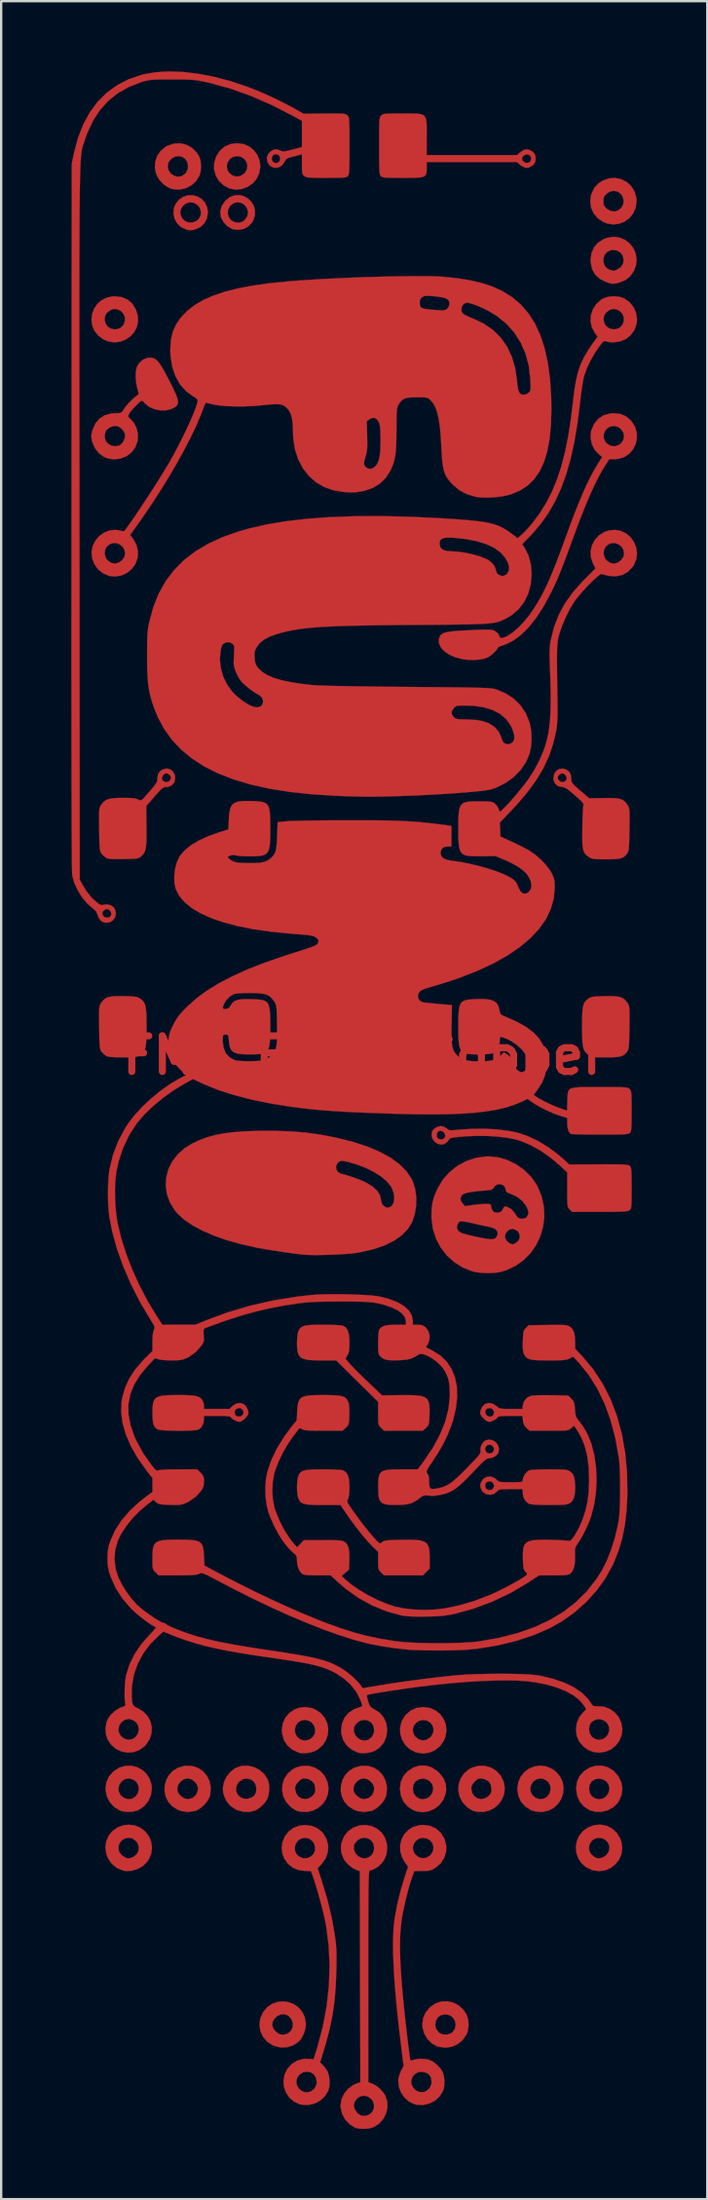
<source format=kicad_pcb>
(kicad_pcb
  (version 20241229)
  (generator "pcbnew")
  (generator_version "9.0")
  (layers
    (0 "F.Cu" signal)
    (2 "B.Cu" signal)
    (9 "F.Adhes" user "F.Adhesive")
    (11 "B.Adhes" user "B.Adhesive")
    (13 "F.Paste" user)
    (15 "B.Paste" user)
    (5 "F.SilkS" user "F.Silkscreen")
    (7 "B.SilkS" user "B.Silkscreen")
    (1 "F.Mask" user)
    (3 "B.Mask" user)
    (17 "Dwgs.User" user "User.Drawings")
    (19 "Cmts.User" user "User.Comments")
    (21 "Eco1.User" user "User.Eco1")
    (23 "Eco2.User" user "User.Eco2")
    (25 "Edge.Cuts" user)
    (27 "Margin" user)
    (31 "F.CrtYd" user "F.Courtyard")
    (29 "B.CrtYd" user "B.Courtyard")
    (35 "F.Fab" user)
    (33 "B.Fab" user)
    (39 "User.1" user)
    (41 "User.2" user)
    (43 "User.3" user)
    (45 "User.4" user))
  (footprint "FM1_Front_Copper"
    (layer "F.Cu")
    (at 12.529 42.061)
    (property "Reference" "FM1_Front_Copper" (at 0 0 0) (layer "F.Cu") (effects (font (size 1.524 1.524) (thickness 0.3))))
    (attr through_hole)
    (fp_poly (pts (xy -7.134 -36.711) (xy -6.956 -36.606) (xy -6.814 -36.451) (xy -6.72 -36.251) (xy -6.689 -36.026) (xy -6.728 -35.781) (xy -6.838 -35.571) (xy -7.01 -35.408) (xy -7.23 -35.308) (xy -7.376 -35.275) (xy -7.491 -35.273) (xy -7.621 -35.303) (xy -7.629 -35.306) (xy -7.842 -35.41) (xy -8.006 -35.569) (xy -8.116 -35.768) (xy -8.163 -35.989) (xy -8.161 -36.017) (xy -7.874 -36.017) (xy -7.852 -35.916) (xy -7.799 -35.797) (xy -7.791 -35.784) (xy -7.671 -35.661) (xy -7.515 -35.599) (xy -7.344 -35.601) (xy -7.18 -35.666) (xy -7.08 -35.752) (xy -6.997 -35.904) (xy -6.985 -36.07) (xy -7.037 -36.23) (xy -7.147 -36.364) (xy -7.3 -36.448) (xy -7.472 -36.465) (xy -7.634 -36.411) (xy -7.767 -36.302) (xy -7.853 -36.15) (xy -7.874 -36.017) (xy -8.161 -36.017) (xy -8.142 -36.216) (xy -8.074 -36.384) (xy -7.925 -36.576) (xy -7.742 -36.701) (xy -7.541 -36.763) (xy -7.333 -36.765) (xy -7.134 -36.711)) (stroke (width 0.01) (type solid)) (fill yes) (layer "F.Cu"))
    (fp_poly (pts (xy -5.154 -36.725) (xy -4.981 -36.629) (xy -4.837 -36.491) (xy -4.732 -36.321) (xy -4.676 -36.126) (xy -4.678 -35.914) (xy -4.749 -35.695) (xy -4.804 -35.598) (xy -4.958 -35.435) (xy -5.159 -35.328) (xy -5.384 -35.285) (xy -5.611 -35.312) (xy -5.652 -35.325) (xy -5.844 -35.435) (xy -6.009 -35.602) (xy -6.12 -35.799) (xy -6.137 -35.853) (xy -6.149 -35.985) (xy -5.84 -35.985) (xy -5.794 -35.824) (xy -5.691 -35.693) (xy -5.538 -35.612) (xy -5.532 -35.611) (xy -5.349 -35.591) (xy -5.198 -35.641) (xy -5.105 -35.716) (xy -4.997 -35.875) (xy -4.971 -36.05) (xy -5.017 -36.211) (xy -5.127 -36.36) (xy -5.276 -36.446) (xy -5.442 -36.467) (xy -5.606 -36.42) (xy -5.737 -36.313) (xy -5.823 -36.155) (xy -5.84 -35.985) (xy -6.149 -35.985) (xy -6.158 -36.083) (xy -6.095 -36.307) (xy -5.953 -36.518) (xy -5.934 -36.537) (xy -5.745 -36.687) (xy -5.546 -36.763) (xy -5.345 -36.773) (xy -5.154 -36.725)) (stroke (width 0.01) (type solid)) (fill yes) (layer "F.Cu"))
    (fp_poly (pts (xy -5.158 -38.951) (xy -4.918 -38.846) (xy -4.72 -38.685) (xy -4.571 -38.482) (xy -4.478 -38.247) (xy -4.447 -37.993) (xy -4.485 -37.732) (xy -4.599 -37.477) (xy -4.77 -37.274) (xy -4.99 -37.123) (xy -5.24 -37.031) (xy -5.501 -37.005) (xy -5.754 -37.052) (xy -5.768 -37.057) (xy -6.021 -37.193) (xy -6.218 -37.382) (xy -6.354 -37.612) (xy -6.423 -37.869) (xy -6.421 -38.011) (xy -5.883 -38.011) (xy -5.854 -37.846) (xy -5.794 -37.742) (xy -5.647 -37.614) (xy -5.478 -37.562) (xy -5.305 -37.585) (xy -5.145 -37.685) (xy -5.112 -37.718) (xy -5.019 -37.874) (xy -4.999 -38.04) (xy -5.043 -38.197) (xy -5.141 -38.327) (xy -5.288 -38.414) (xy -5.44 -38.439) (xy -5.616 -38.403) (xy -5.755 -38.307) (xy -5.847 -38.171) (xy -5.883 -38.011) (xy -6.421 -38.011) (xy -6.419 -38.141) (xy -6.337 -38.413) (xy -6.334 -38.419) (xy -6.178 -38.666) (xy -5.972 -38.845) (xy -5.72 -38.954) (xy -5.433 -38.989) (xy -5.158 -38.951)) (stroke (width 0.01) (type solid)) (fill yes) (layer "F.Cu"))
    (fp_poly (pts (xy 2.799 27.893) (xy 3.043 27.999) (xy 3.244 28.16) (xy 3.394 28.366) (xy 3.486 28.605) (xy 3.512 28.864) (xy 3.466 29.132) (xy 3.403 29.288) (xy 3.245 29.518) (xy 3.035 29.691) (xy 2.789 29.801) (xy 2.523 29.841) (xy 2.251 29.804) (xy 2.191 29.785) (xy 1.943 29.656) (xy 1.75 29.473) (xy 1.614 29.25) (xy 1.54 29.003) (xy 1.534 28.834) (xy 2.073 28.834) (xy 2.104 29) (xy 2.165 29.102) (xy 2.312 29.23) (xy 2.481 29.282) (xy 2.654 29.259) (xy 2.814 29.16) (xy 2.847 29.126) (xy 2.941 28.969) (xy 2.962 28.803) (xy 2.919 28.647) (xy 2.819 28.517) (xy 2.671 28.432) (xy 2.519 28.408) (xy 2.34 28.443) (xy 2.2 28.538) (xy 2.108 28.674) (xy 2.073 28.834) (xy 1.534 28.834) (xy 1.531 28.743) (xy 1.591 28.487) (xy 1.724 28.247) (xy 1.764 28.197) (xy 1.978 28.008) (xy 2.229 27.893) (xy 2.518 27.855) (xy 2.519 27.855) (xy 2.799 27.893)) (stroke (width 0.01) (type solid)) (fill yes) (layer "F.Cu"))
    (fp_poly (pts (xy 10.355 32.93) (xy 10.59 33.046) (xy 10.787 33.224) (xy 10.936 33.457) (xy 10.99 33.604) (xy 11.031 33.876) (xy 10.997 34.134) (xy 10.898 34.368) (xy 10.745 34.568) (xy 10.547 34.725) (xy 10.316 34.828) (xy 10.059 34.868) (xy 9.789 34.835) (xy 9.737 34.82) (xy 9.485 34.7) (xy 9.29 34.529) (xy 9.15 34.319) (xy 9.069 34.084) (xy 9.052 33.889) (xy 9.602 33.889) (xy 9.64 34.053) (xy 9.726 34.171) (xy 9.865 34.281) (xy 9.988 34.324) (xy 10.126 34.307) (xy 10.226 34.27) (xy 10.359 34.175) (xy 10.451 34.031) (xy 10.486 33.869) (xy 10.478 33.787) (xy 10.399 33.62) (xy 10.271 33.504) (xy 10.112 33.446) (xy 9.944 33.45) (xy 9.785 33.523) (xy 9.733 33.567) (xy 9.633 33.719) (xy 9.602 33.889) (xy 9.052 33.889) (xy 9.048 33.837) (xy 9.086 33.592) (xy 9.187 33.361) (xy 9.35 33.159) (xy 9.563 33.005) (xy 9.829 32.904) (xy 10.097 32.881) (xy 10.355 32.93)) (stroke (width 0.01) (type solid)) (fill yes) (layer "F.Cu"))
    (fp_poly (pts (xy 10.995 -37.448) (xy 11.222 -37.331) (xy 11.41 -37.159) (xy 11.55 -36.939) (xy 11.629 -36.679) (xy 11.642 -36.513) (xy 11.604 -36.233) (xy 11.498 -35.989) (xy 11.337 -35.788) (xy 11.131 -35.638) (xy 10.893 -35.546) (xy 10.635 -35.518) (xy 10.368 -35.563) (xy 10.214 -35.626) (xy 9.98 -35.786) (xy 9.806 -35.996) (xy 9.697 -36.241) (xy 9.66 -36.508) (xy 9.661 -36.513) (xy 10.223 -36.513) (xy 10.233 -36.377) (xy 10.274 -36.283) (xy 10.362 -36.192) (xy 10.528 -36.091) (xy 10.706 -36.07) (xy 10.851 -36.115) (xy 10.999 -36.234) (xy 11.077 -36.399) (xy 11.089 -36.513) (xy 11.054 -36.696) (xy 10.959 -36.837) (xy 10.823 -36.925) (xy 10.662 -36.955) (xy 10.493 -36.919) (xy 10.362 -36.833) (xy 10.273 -36.74) (xy 10.233 -36.646) (xy 10.223 -36.513) (xy 9.661 -36.513) (xy 9.7 -36.783) (xy 9.716 -36.832) (xy 9.84 -37.084) (xy 10.017 -37.276) (xy 10.209 -37.397) (xy 10.478 -37.489) (xy 10.743 -37.503) (xy 10.995 -37.448)) (stroke (width 0.01) (type solid)) (fill yes) (layer "F.Cu"))
    (fp_poly (pts (xy -2.242 27.9) (xy -2.1 27.957) (xy -1.866 28.113) (xy -1.696 28.312) (xy -1.588 28.542) (xy -1.543 28.788) (xy -1.561 29.037) (xy -1.642 29.276) (xy -1.787 29.491) (xy -1.994 29.67) (xy -2.09 29.725) (xy -2.258 29.786) (xy -2.457 29.823) (xy -2.651 29.83) (xy -2.794 29.808) (xy -3.074 29.678) (xy -3.289 29.496) (xy -3.437 29.264) (xy -3.513 28.989) (xy -3.524 28.822) (xy -2.971 28.822) (xy -2.952 28.982) (xy -2.875 29.128) (xy -2.741 29.239) (xy -2.571 29.29) (xy -2.39 29.259) (xy -2.323 29.228) (xy -2.186 29.119) (xy -2.113 28.977) (xy -2.1 28.821) (xy -2.14 28.668) (xy -2.231 28.537) (xy -2.365 28.443) (xy -2.54 28.406) (xy -2.549 28.406) (xy -2.721 28.441) (xy -2.851 28.534) (xy -2.936 28.667) (xy -2.971 28.822) (xy -3.524 28.822) (xy -3.524 28.819) (xy -3.484 28.547) (xy -3.376 28.31) (xy -3.213 28.115) (xy -3.005 27.969) (xy -2.766 27.88) (xy -2.508 27.854) (xy -2.242 27.9)) (stroke (width 0.01) (type solid)) (fill yes) (layer "F.Cu"))
    (fp_poly (pts (xy 2.884 30.437) (xy 3.125 30.596) (xy 3.203 30.669) (xy 3.384 30.899) (xy 3.483 31.138) (xy 3.502 31.394) (xy 3.474 31.571) (xy 3.373 31.828) (xy 3.211 32.041) (xy 3.004 32.203) (xy 2.764 32.308) (xy 2.506 32.348) (xy 2.244 32.316) (xy 2.095 32.262) (xy 1.856 32.107) (xy 1.677 31.897) (xy 1.565 31.642) (xy 1.526 31.361) (xy 2.074 31.361) (xy 2.11 31.537) (xy 2.205 31.676) (xy 2.341 31.766) (xy 2.501 31.799) (xy 2.665 31.767) (xy 2.761 31.709) (xy 2.856 31.607) (xy 2.92 31.498) (xy 2.951 31.329) (xy 2.912 31.172) (xy 2.817 31.041) (xy 2.681 30.95) (xy 2.518 30.912) (xy 2.342 30.94) (xy 2.326 30.947) (xy 2.179 31.041) (xy 2.097 31.182) (xy 2.074 31.361) (xy 1.526 31.361) (xy 1.525 31.35) (xy 1.525 31.339) (xy 1.561 31.055) (xy 1.668 30.813) (xy 1.849 30.607) (xy 1.857 30.601) (xy 2.103 30.439) (xy 2.363 30.358) (xy 2.626 30.358) (xy 2.884 30.437)) (stroke (width 0.01) (type solid)) (fill yes) (layer "F.Cu"))
    (fp_poly (pts (xy 3.813 40.493) (xy 4.045 40.618) (xy 4.244 40.804) (xy 4.371 40.997) (xy 4.442 41.214) (xy 4.461 41.462) (xy 4.426 41.704) (xy 4.371 41.849) (xy 4.204 42.089) (xy 3.988 42.267) (xy 3.737 42.378) (xy 3.465 42.416) (xy 3.184 42.377) (xy 3.117 42.356) (xy 2.887 42.231) (xy 2.698 42.044) (xy 2.563 41.811) (xy 2.491 41.548) (xy 2.485 41.445) (xy 3.029 41.445) (xy 3.074 41.619) (xy 3.189 41.769) (xy 3.21 41.786) (xy 3.346 41.847) (xy 3.512 41.857) (xy 3.672 41.819) (xy 3.773 41.754) (xy 3.875 41.602) (xy 3.908 41.437) (xy 3.879 41.277) (xy 3.797 41.137) (xy 3.669 41.036) (xy 3.504 40.991) (xy 3.417 40.994) (xy 3.252 41.036) (xy 3.14 41.125) (xy 3.061 41.268) (xy 3.029 41.445) (xy 2.485 41.445) (xy 2.483 41.423) (xy 2.516 41.153) (xy 2.618 40.918) (xy 2.797 40.703) (xy 2.83 40.672) (xy 3.056 40.519) (xy 3.305 40.441) (xy 3.562 40.433) (xy 3.813 40.493)) (stroke (width 0.01) (type solid)) (fill yes) (layer "F.Cu"))
    (fp_poly (pts (xy -10.372 -32.409) (xy -10.122 -32.303) (xy -9.921 -32.129) (xy -9.774 -31.89) (xy -9.695 -31.648) (xy -9.674 -31.382) (xy -9.726 -31.136) (xy -9.839 -30.917) (xy -10.003 -30.734) (xy -10.206 -30.595) (xy -10.438 -30.506) (xy -10.688 -30.477) (xy -10.944 -30.514) (xy -11.165 -30.608) (xy -11.389 -30.778) (xy -11.545 -30.982) (xy -11.637 -31.209) (xy -11.668 -31.446) (xy -11.107 -31.446) (xy -11.071 -31.293) (xy -10.985 -31.161) (xy -10.852 -31.068) (xy -10.676 -31.03) (xy -10.668 -31.03) (xy -10.535 -31.05) (xy -10.422 -31.098) (xy -10.419 -31.099) (xy -10.295 -31.231) (xy -10.236 -31.39) (xy -10.241 -31.556) (xy -10.306 -31.709) (xy -10.427 -31.83) (xy -10.542 -31.882) (xy -10.663 -31.908) (xy -10.766 -31.893) (xy -10.865 -31.851) (xy -11.008 -31.742) (xy -11.087 -31.602) (xy -11.107 -31.446) (xy -11.668 -31.446) (xy -11.668 -31.447) (xy -11.641 -31.685) (xy -11.559 -31.909) (xy -11.426 -32.109) (xy -11.245 -32.272) (xy -11.019 -32.388) (xy -10.751 -32.443) (xy -10.668 -32.446) (xy -10.372 -32.409)) (stroke (width 0.01) (type solid)) (fill yes) (layer "F.Cu"))
    (fp_poly (pts (xy -9.798 32.922) (xy -9.557 33.026) (xy -9.359 33.184) (xy -9.209 33.385) (xy -9.114 33.616) (xy -9.08 33.865) (xy -9.112 34.12) (xy -9.218 34.369) (xy -9.286 34.469) (xy -9.468 34.647) (xy -9.695 34.777) (xy -9.946 34.853) (xy -10.195 34.865) (xy -10.308 34.845) (xy -10.579 34.734) (xy -10.798 34.557) (xy -10.96 34.321) (xy -11.032 34.134) (xy -11.072 33.858) (xy -11.067 33.82) (xy -10.516 33.82) (xy -10.501 33.989) (xy -10.474 34.058) (xy -10.386 34.175) (xy -10.257 34.272) (xy -10.121 34.327) (xy -10.082 34.331) (xy -10.007 34.315) (xy -9.9 34.273) (xy -9.887 34.267) (xy -9.741 34.157) (xy -9.658 34.007) (xy -9.643 33.839) (xy -9.697 33.671) (xy -9.776 33.567) (xy -9.924 33.468) (xy -10.082 33.439) (xy -10.234 33.47) (xy -10.367 33.551) (xy -10.466 33.671) (xy -10.516 33.82) (xy -11.067 33.82) (xy -11.036 33.596) (xy -10.933 33.358) (xy -10.772 33.158) (xy -10.56 33.004) (xy -10.307 32.91) (xy -10.075 32.885) (xy -9.798 32.922)) (stroke (width 0.01) (type solid)) (fill yes) (layer "F.Cu"))
    (fp_poly (pts (xy -9.736 30.418) (xy -9.515 30.531) (xy -9.328 30.696) (xy -9.187 30.908) (xy -9.104 31.16) (xy -9.087 31.348) (xy -9.127 31.627) (xy -9.241 31.88) (xy -9.418 32.094) (xy -9.648 32.252) (xy -9.704 32.277) (xy -9.897 32.326) (xy -10.123 32.338) (xy -10.34 32.312) (xy -10.456 32.275) (xy -10.694 32.128) (xy -10.882 31.923) (xy -11.008 31.675) (xy -11.062 31.4) (xy -11.063 31.348) (xy -11.063 31.348) (xy -10.517 31.348) (xy -10.498 31.478) (xy -10.408 31.637) (xy -10.272 31.744) (xy -10.111 31.793) (xy -9.945 31.778) (xy -9.802 31.697) (xy -9.69 31.552) (xy -9.643 31.384) (xy -9.66 31.215) (xy -9.739 31.067) (xy -9.834 30.987) (xy -9.951 30.931) (xy -10.057 30.904) (xy -10.067 30.903) (xy -10.241 30.94) (xy -10.383 31.039) (xy -10.48 31.181) (xy -10.517 31.348) (xy -11.063 31.348) (xy -11.029 31.07) (xy -10.921 30.83) (xy -10.736 30.618) (xy -10.712 30.597) (xy -10.478 30.446) (xy -10.23 30.37) (xy -9.978 30.362) (xy -9.736 30.418)) (stroke (width 0.01) (type solid)) (fill yes) (layer "F.Cu"))
    (fp_poly (pts (xy -7.606 -38.924) (xy -7.369 -38.792) (xy -7.17 -38.594) (xy -7.064 -38.425) (xy -7.002 -38.236) (xy -6.98 -38.008) (xy -7 -37.777) (xy -7.047 -37.609) (xy -7.186 -37.38) (xy -7.382 -37.199) (xy -7.617 -37.073) (xy -7.876 -37.01) (xy -8.141 -37.018) (xy -8.292 -37.057) (xy -8.411 -37.117) (xy -8.547 -37.207) (xy -8.599 -37.247) (xy -8.788 -37.456) (xy -8.907 -37.693) (xy -8.957 -37.946) (xy -8.954 -37.981) (xy -8.409 -37.981) (xy -8.368 -37.826) (xy -8.274 -37.694) (xy -8.141 -37.599) (xy -7.985 -37.556) (xy -7.821 -37.577) (xy -7.776 -37.597) (xy -7.629 -37.714) (xy -7.55 -37.879) (xy -7.536 -38.008) (xy -7.569 -38.187) (xy -7.658 -38.32) (xy -7.786 -38.406) (xy -7.936 -38.44) (xy -8.091 -38.42) (xy -8.235 -38.344) (xy -8.35 -38.208) (xy -8.38 -38.146) (xy -8.409 -37.981) (xy -8.954 -37.981) (xy -8.94 -38.2) (xy -8.857 -38.442) (xy -8.71 -38.657) (xy -8.501 -38.832) (xy -8.415 -38.88) (xy -8.142 -38.973) (xy -7.868 -38.986) (xy -7.606 -38.924)) (stroke (width 0.01) (type solid)) (fill yes) (layer "F.Cu"))
    (fp_poly (pts (xy -3.238 40.47) (xy -3.013 40.558) (xy -2.815 40.696) (xy -2.655 40.881) (xy -2.546 41.11) (xy -2.499 41.379) (xy -2.498 41.423) (xy -2.527 41.633) (xy -2.602 41.852) (xy -2.709 42.046) (xy -2.799 42.151) (xy -3.029 42.308) (xy -3.292 42.394) (xy -3.569 42.408) (xy -3.842 42.346) (xy -3.933 42.306) (xy -4.166 42.147) (xy -4.339 41.939) (xy -4.446 41.698) (xy -4.484 41.442) (xy -3.943 41.442) (xy -3.89 41.601) (xy -3.793 41.724) (xy -3.634 41.838) (xy -3.465 41.868) (xy -3.282 41.815) (xy -3.266 41.807) (xy -3.136 41.697) (xy -3.065 41.543) (xy -3.056 41.367) (xy -3.117 41.193) (xy -3.118 41.19) (xy -3.242 41.052) (xy -3.397 40.985) (xy -3.566 40.99) (xy -3.732 41.07) (xy -3.793 41.123) (xy -3.91 41.282) (xy -3.943 41.442) (xy -4.484 41.442) (xy -4.484 41.437) (xy -4.45 41.17) (xy -4.337 40.912) (xy -4.335 40.908) (xy -4.159 40.692) (xy -3.949 40.544) (xy -3.718 40.46) (xy -3.477 40.437) (xy -3.238 40.47)) (stroke (width 0.01) (type solid)) (fill yes) (layer "F.Cu"))
    (fp_poly (pts (xy 7.78 30.392) (xy 8.027 30.496) (xy 8.189 30.614) (xy 8.37 30.822) (xy 8.48 31.055) (xy 8.522 31.3) (xy 8.502 31.545) (xy 8.424 31.777) (xy 8.293 31.984) (xy 8.114 32.155) (xy 7.891 32.277) (xy 7.629 32.337) (xy 7.526 32.342) (xy 7.353 32.325) (xy 7.185 32.284) (xy 7.132 32.263) (xy 6.886 32.108) (xy 6.701 31.9) (xy 6.586 31.648) (xy 6.545 31.362) (xy 6.546 31.348) (xy 6.546 31.348) (xy 7.093 31.348) (xy 7.113 31.478) (xy 7.203 31.637) (xy 7.339 31.744) (xy 7.5 31.793) (xy 7.666 31.778) (xy 7.809 31.697) (xy 7.92 31.552) (xy 7.967 31.384) (xy 7.951 31.215) (xy 7.871 31.067) (xy 7.777 30.987) (xy 7.66 30.931) (xy 7.554 30.904) (xy 7.544 30.903) (xy 7.37 30.94) (xy 7.227 31.039) (xy 7.131 31.181) (xy 7.093 31.348) (xy 6.546 31.348) (xy 6.585 31.069) (xy 6.69 30.828) (xy 6.849 30.631) (xy 7.05 30.484) (xy 7.28 30.391) (xy 7.527 30.358) (xy 7.78 30.392)) (stroke (width 0.01) (type solid)) (fill yes) (layer "F.Cu"))
    (fp_poly (pts (xy 10.412 30.428) (xy 10.645 30.571) (xy 10.674 30.596) (xy 10.87 30.824) (xy 10.991 31.076) (xy 11.035 31.343) (xy 11.001 31.613) (xy 10.887 31.873) (xy 10.833 31.955) (xy 10.65 32.136) (xy 10.418 32.264) (xy 10.16 32.332) (xy 9.895 32.335) (xy 9.645 32.269) (xy 9.631 32.262) (xy 9.391 32.107) (xy 9.212 31.897) (xy 9.1 31.642) (xy 9.062 31.361) (xy 9.61 31.361) (xy 9.645 31.537) (xy 9.74 31.676) (xy 9.877 31.766) (xy 10.036 31.799) (xy 10.2 31.767) (xy 10.297 31.709) (xy 10.392 31.607) (xy 10.455 31.498) (xy 10.486 31.329) (xy 10.447 31.172) (xy 10.352 31.041) (xy 10.216 30.95) (xy 10.053 30.912) (xy 9.877 30.94) (xy 9.861 30.947) (xy 9.714 31.041) (xy 9.633 31.182) (xy 9.61 31.361) (xy 9.062 31.361) (xy 9.06 31.35) (xy 9.06 31.339) (xy 9.096 31.055) (xy 9.203 30.813) (xy 9.385 30.607) (xy 9.392 30.601) (xy 9.631 30.446) (xy 9.891 30.365) (xy 10.156 30.359) (xy 10.412 30.428)) (stroke (width 0.01) (type solid)) (fill yes) (layer "F.Cu"))
    (fp_poly (pts (xy -7.367 30.375) (xy -7.115 30.455) (xy -6.901 30.597) (xy -6.734 30.79) (xy -6.62 31.023) (xy -6.568 31.286) (xy -6.586 31.569) (xy -6.613 31.682) (xy -6.697 31.852) (xy -6.836 32.024) (xy -7.004 32.174) (xy -7.178 32.275) (xy -7.223 32.291) (xy -7.523 32.34) (xy -7.812 32.305) (xy -7.982 32.242) (xy -8.215 32.094) (xy -8.385 31.905) (xy -8.493 31.686) (xy -8.542 31.451) (xy -8.538 31.348) (xy -8.001 31.348) (xy -7.983 31.472) (xy -7.918 31.582) (xy -7.857 31.648) (xy -7.698 31.762) (xy -7.529 31.793) (xy -7.346 31.74) (xy -7.33 31.732) (xy -7.202 31.621) (xy -7.128 31.455) (xy -7.112 31.32) (xy -7.15 31.178) (xy -7.249 31.047) (xy -7.386 30.948) (xy -7.538 30.904) (xy -7.556 30.903) (xy -7.72 30.942) (xy -7.864 31.044) (xy -7.964 31.188) (xy -8.001 31.348) (xy -8.538 31.348) (xy -8.534 31.212) (xy -8.471 30.98) (xy -8.355 30.768) (xy -8.189 30.588) (xy -7.974 30.453) (xy -7.713 30.375) (xy -7.647 30.366) (xy -7.367 30.375)) (stroke (width 0.01) (type solid)) (fill yes) (layer "F.Cu"))
    (fp_poly (pts (xy 0.169 30.375) (xy 0.42 30.455) (xy 0.634 30.597) (xy 0.802 30.79) (xy 0.916 31.023) (xy 0.968 31.286) (xy 0.949 31.569) (xy 0.922 31.682) (xy 0.838 31.852) (xy 0.7 32.024) (xy 0.531 32.174) (xy 0.358 32.275) (xy 0.313 32.291) (xy 0.013 32.34) (xy -0.277 32.305) (xy -0.446 32.242) (xy -0.68 32.094) (xy -0.849 31.905) (xy -0.958 31.686) (xy -1.007 31.451) (xy -1.003 31.348) (xy -0.466 31.348) (xy -0.448 31.472) (xy -0.383 31.582) (xy -0.322 31.648) (xy -0.163 31.762) (xy 0.006 31.793) (xy 0.19 31.74) (xy 0.206 31.732) (xy 0.333 31.621) (xy 0.408 31.455) (xy 0.423 31.32) (xy 0.385 31.178) (xy 0.286 31.047) (xy 0.149 30.948) (xy -0.002 30.904) (xy -0.021 30.903) (xy -0.185 30.942) (xy -0.328 31.044) (xy -0.429 31.188) (xy -0.466 31.348) (xy -1.003 31.348) (xy -0.998 31.212) (xy -0.935 30.98) (xy -0.82 30.768) (xy -0.653 30.588) (xy -0.439 30.453) (xy -0.178 30.375) (xy -0.112 30.366) (xy 0.169 30.375)) (stroke (width 0.01) (type solid)) (fill yes) (layer "F.Cu"))
    (fp_poly (pts (xy -4.73 30.419) (xy -4.493 30.536) (xy -4.291 30.708) (xy -4.143 30.928) (xy -4.122 30.973) (xy -4.077 31.154) (xy -4.067 31.374) (xy -4.09 31.595) (xy -4.143 31.772) (xy -4.256 31.946) (xy -4.42 32.114) (xy -4.607 32.246) (xy -4.684 32.284) (xy -4.912 32.339) (xy -5.167 32.332) (xy -5.418 32.267) (xy -5.496 32.232) (xy -5.725 32.08) (xy -5.892 31.879) (xy -5.989 31.668) (xy -6.04 31.486) (xy -6.048 31.321) (xy -6.042 31.283) (xy -5.482 31.283) (xy -5.482 31.444) (xy -5.421 31.588) (xy -5.313 31.7) (xy -5.169 31.77) (xy -5.002 31.783) (xy -4.825 31.728) (xy -4.699 31.635) (xy -4.632 31.506) (xy -4.614 31.336) (xy -4.649 31.16) (xy -4.742 31.027) (xy -4.874 30.943) (xy -5.029 30.912) (xy -5.189 30.939) (xy -5.335 31.028) (xy -5.411 31.116) (xy -5.482 31.283) (xy -6.042 31.283) (xy -6.015 31.134) (xy -5.991 31.045) (xy -5.888 30.827) (xy -5.726 30.627) (xy -5.529 30.473) (xy -5.494 30.454) (xy -5.248 30.372) (xy -4.988 30.362) (xy -4.73 30.419)) (stroke (width 0.01) (type solid)) (fill yes) (layer "F.Cu"))
    (fp_poly (pts (xy -2.377 30.371) (xy -2.118 30.445) (xy -1.889 30.585) (xy -1.706 30.784) (xy -1.692 30.807) (xy -1.573 31.063) (xy -1.53 31.32) (xy -1.555 31.568) (xy -1.642 31.798) (xy -1.782 32) (xy -1.967 32.164) (xy -2.191 32.28) (xy -2.444 32.338) (xy -2.72 32.329) (xy -2.859 32.298) (xy -2.967 32.248) (xy -3.096 32.163) (xy -3.162 32.111) (xy -3.35 31.901) (xy -3.467 31.661) (xy -3.515 31.407) (xy -3.51 31.333) (xy -2.962 31.333) (xy -2.925 31.523) (xy -2.831 31.668) (xy -2.696 31.76) (xy -2.536 31.792) (xy -2.368 31.756) (xy -2.234 31.669) (xy -2.144 31.574) (xy -2.104 31.477) (xy -2.095 31.352) (xy -2.13 31.161) (xy -2.232 31.021) (xy -2.397 30.935) (xy -2.49 30.916) (xy -2.603 30.908) (xy -2.685 30.932) (xy -2.772 31.001) (xy -2.814 31.042) (xy -2.916 31.163) (xy -2.958 31.274) (xy -2.962 31.333) (xy -3.51 31.333) (xy -3.497 31.152) (xy -3.414 30.909) (xy -3.269 30.694) (xy -3.064 30.518) (xy -2.914 30.439) (xy -2.648 30.367) (xy -2.377 30.371)) (stroke (width 0.01) (type solid)) (fill yes) (layer "F.Cu"))
    (fp_poly (pts (xy 5.158 30.371) (xy 5.417 30.445) (xy 5.646 30.585) (xy 5.829 30.784) (xy 5.844 30.807) (xy 5.963 31.063) (xy 6.006 31.32) (xy 5.98 31.568) (xy 5.893 31.798) (xy 5.753 32) (xy 5.568 32.164) (xy 5.345 32.28) (xy 5.091 32.338) (xy 4.815 32.329) (xy 4.676 32.298) (xy 4.569 32.248) (xy 4.439 32.163) (xy 4.373 32.111) (xy 4.186 31.901) (xy 4.069 31.661) (xy 4.02 31.407) (xy 4.026 31.333) (xy 4.574 31.333) (xy 4.61 31.523) (xy 4.704 31.668) (xy 4.839 31.76) (xy 4.999 31.792) (xy 5.167 31.756) (xy 5.302 31.669) (xy 5.392 31.574) (xy 5.431 31.477) (xy 5.44 31.352) (xy 5.405 31.161) (xy 5.303 31.021) (xy 5.138 30.935) (xy 5.045 30.916) (xy 4.932 30.908) (xy 4.85 30.932) (xy 4.763 31.001) (xy 4.721 31.042) (xy 4.62 31.163) (xy 4.577 31.274) (xy 4.574 31.333) (xy 4.026 31.333) (xy 4.039 31.152) (xy 4.121 30.909) (xy 4.266 30.694) (xy 4.471 30.518) (xy 4.622 30.439) (xy 4.888 30.367) (xy 5.158 30.371)) (stroke (width 0.01) (type solid)) (fill yes) (layer "F.Cu"))
    (fp_poly (pts (xy 10.921 -34.955) (xy 11.15 -34.858) (xy 11.345 -34.708) (xy 11.498 -34.514) (xy 11.6 -34.287) (xy 11.643 -34.038) (xy 11.619 -33.776) (xy 11.534 -33.54) (xy 11.373 -33.305) (xy 11.156 -33.134) (xy 10.905 -33.033) (xy 10.751 -32.996) (xy 10.638 -32.984) (xy 10.531 -32.997) (xy 10.393 -33.039) (xy 10.338 -33.058) (xy 10.075 -33.188) (xy 9.875 -33.374) (xy 9.743 -33.608) (xy 9.681 -33.888) (xy 9.676 -33.994) (xy 9.684 -34.057) (xy 10.224 -34.057) (xy 10.227 -33.897) (xy 10.282 -33.748) (xy 10.39 -33.632) (xy 10.508 -33.576) (xy 10.604 -33.548) (xy 10.657 -33.532) (xy 10.659 -33.532) (xy 10.702 -33.544) (xy 10.792 -33.579) (xy 10.812 -33.587) (xy 10.975 -33.694) (xy 11.069 -33.848) (xy 11.091 -33.994) (xy 11.054 -34.175) (xy 10.953 -34.317) (xy 10.805 -34.406) (xy 10.627 -34.43) (xy 10.525 -34.413) (xy 10.373 -34.334) (xy 10.273 -34.209) (xy 10.224 -34.057) (xy 9.684 -34.057) (xy 9.714 -34.287) (xy 9.824 -34.539) (xy 10.002 -34.743) (xy 10.242 -34.893) (xy 10.393 -34.948) (xy 10.666 -34.989) (xy 10.921 -34.955)) (stroke (width 0.01) (type solid)) (fill yes) (layer "F.Cu"))
    (fp_poly (pts (xy -10.299 -2.531) (xy -10.287 -2.531) (xy -10.051 -2.525) (xy -9.883 -2.516) (xy -9.766 -2.502) (xy -9.684 -2.48) (xy -9.619 -2.448) (xy -9.583 -2.424) (xy -9.497 -2.356) (xy -9.431 -2.281) (xy -9.383 -2.188) (xy -9.35 -2.065) (xy -9.329 -1.899) (xy -9.318 -1.678) (xy -9.314 -1.391) (xy -9.313 -1.221) (xy -9.315 -0.897) (xy -9.323 -0.645) (xy -9.339 -0.453) (xy -9.367 -0.31) (xy -9.41 -0.203) (xy -9.47 -0.121) (xy -9.55 -0.05) (xy -9.605 -0.011) (xy -9.669 0.027) (xy -9.736 0.053) (xy -9.823 0.07) (xy -9.946 0.079) (xy -10.123 0.083) (xy -10.346 0.084) (xy -10.603 0.081) (xy -10.789 0.073) (xy -10.919 0.059) (xy -11.005 0.037) (xy -11.049 0.016) (xy -11.153 -0.068) (xy -11.239 -0.163) (xy -11.268 -0.206) (xy -11.289 -0.26) (xy -11.305 -0.335) (xy -11.317 -0.444) (xy -11.325 -0.599) (xy -11.331 -0.812) (xy -11.336 -1.094) (xy -11.337 -1.186) (xy -11.341 -1.487) (xy -11.342 -1.715) (xy -11.341 -1.883) (xy -11.334 -2.003) (xy -11.323 -2.088) (xy -11.305 -2.15) (xy -11.28 -2.2) (xy -11.251 -2.245) (xy -11.166 -2.356) (xy -11.071 -2.436) (xy -10.951 -2.489) (xy -10.793 -2.52) (xy -10.58 -2.532) (xy -10.299 -2.531)) (stroke (width 0.01) (type solid)) (fill yes) (layer "F.Cu"))
    (fp_poly (pts (xy 10.786 -2.521) (xy 10.946 -2.491) (xy 11.067 -2.439) (xy 11.163 -2.36) (xy 11.248 -2.249) (xy 11.251 -2.245) (xy 11.284 -2.194) (xy 11.308 -2.142) (xy 11.325 -2.078) (xy 11.336 -1.989) (xy 11.341 -1.863) (xy 11.342 -1.688) (xy 11.34 -1.451) (xy 11.337 -1.186) (xy 11.332 -0.883) (xy 11.327 -0.652) (xy 11.319 -0.482) (xy 11.309 -0.362) (xy 11.294 -0.278) (xy 11.274 -0.219) (xy 11.248 -0.174) (xy 11.239 -0.162) (xy 11.163 -0.07) (xy 11.081 -0.004) (xy 10.98 0.04) (xy 10.845 0.067) (xy 10.658 0.08) (xy 10.406 0.085) (xy 10.34 0.085) (xy 10.101 0.084) (xy 9.931 0.079) (xy 9.811 0.069) (xy 9.727 0.051) (xy 9.661 0.023) (xy 9.605 -0.011) (xy 9.512 -0.08) (xy 9.441 -0.154) (xy 9.389 -0.246) (xy 9.354 -0.367) (xy 9.331 -0.53) (xy 9.319 -0.746) (xy 9.314 -1.029) (xy 9.313 -1.221) (xy 9.315 -1.546) (xy 9.323 -1.797) (xy 9.338 -1.989) (xy 9.365 -2.132) (xy 9.405 -2.238) (xy 9.462 -2.32) (xy 9.538 -2.391) (xy 9.583 -2.424) (xy 9.645 -2.463) (xy 9.715 -2.49) (xy 9.81 -2.509) (xy 9.947 -2.52) (xy 10.141 -2.528) (xy 10.287 -2.531) (xy 10.571 -2.533) (xy 10.786 -2.521)) (stroke (width 0.01) (type solid)) (fill yes) (layer "F.Cu"))
    (fp_poly (pts (xy -1.512 11.517) (xy -1.286 11.523) (xy -1.098 11.533) (xy -0.967 11.545) (xy -0.913 11.556) (xy -0.792 11.63) (xy -0.709 11.751) (xy -0.658 11.931) (xy -0.637 12.178) (xy -0.635 12.277) (xy -0.639 12.482) (xy -0.651 12.625) (xy -0.677 12.729) (xy -0.718 12.815) (xy -0.721 12.819) (xy -0.807 12.96) (xy -0.682 13.116) (xy -0.59 13.219) (xy -0.44 13.375) (xy -0.237 13.579) (xy 0.016 13.826) (xy 0.314 14.113) (xy 0.516 14.305) (xy 0.757 14.533) (xy 1.559 14.524) (xy 1.917 14.523) (xy 2.2 14.532) (xy 2.416 14.558) (xy 2.573 14.607) (xy 2.681 14.684) (xy 2.747 14.795) (xy 2.781 14.945) (xy 2.791 15.142) (xy 2.787 15.354) (xy 2.78 15.553) (xy 2.77 15.686) (xy 2.752 15.773) (xy 2.721 15.834) (xy 2.672 15.887) (xy 2.635 15.921) (xy 2.496 16.044) (xy 0.84 16.044) (xy 0.716 15.921) (xy 0.664 15.865) (xy 0.628 15.812) (xy 0.607 15.743) (xy 0.597 15.641) (xy 0.593 15.488) (xy 0.593 15.304) (xy 0.593 14.811) (xy -0.304 13.925) (xy -1.201 13.039) (xy -1.852 13.039) (xy -2.174 13.034) (xy -2.421 13.014) (xy -2.603 12.973) (xy -2.73 12.903) (xy -2.811 12.796) (xy -2.857 12.646) (xy -2.876 12.446) (xy -2.879 12.277) (xy -2.87 12.074) (xy -2.848 11.9) (xy -2.819 11.791) (xy -2.773 11.7) (xy -2.713 11.631) (xy -2.629 11.582) (xy -2.508 11.548) (xy -2.339 11.528) (xy -2.111 11.518) (xy -1.811 11.515) (xy -1.762 11.515) (xy -1.512 11.517)) (stroke (width 0.01) (type solid)) (fill yes) (layer "F.Cu"))
    (fp_poly (pts (xy -7.65 14.523) (xy -7.414 14.535) (xy -7.238 14.556) (xy -7.11 14.591) (xy -7.016 14.642) (xy -6.946 14.711) (xy -6.927 14.737) (xy -6.877 14.851) (xy -6.858 14.974) (xy -6.858 15.113) (xy -5.764 15.113) (xy -5.637 14.986) (xy -5.484 14.884) (xy -5.314 14.858) (xy -5.162 14.903) (xy -5.073 14.986) (xy -4.996 15.115) (xy -4.955 15.251) (xy -4.953 15.284) (xy -4.987 15.38) (xy -5.07 15.49) (xy -5.179 15.589) (xy -5.288 15.652) (xy -5.34 15.663) (xy -5.436 15.643) (xy -5.548 15.594) (xy -5.649 15.531) (xy -5.709 15.472) (xy -5.715 15.452) (xy -5.756 15.434) (xy -5.875 15.42) (xy -6.064 15.412) (xy -6.287 15.409) (xy -6.858 15.409) (xy -6.858 15.56) (xy -6.889 15.75) (xy -6.974 15.904) (xy -7.09 15.994) (xy -7.178 16.014) (xy -7.333 16.029) (xy -7.535 16.039) (xy -7.769 16.045) (xy -8.016 16.045) (xy -8.26 16.041) (xy -8.482 16.032) (xy -8.667 16.018) (xy -8.796 16) (xy -8.843 15.985) (xy -8.932 15.921) (xy -8.993 15.833) (xy -9.032 15.707) (xy -9.052 15.528) (xy -9.058 15.281) (xy -9.057 15.261) (xy -5.546 15.261) (xy -5.514 15.38) (xy -5.431 15.44) (xy -5.31 15.435) (xy -5.247 15.408) (xy -5.175 15.332) (xy -5.165 15.235) (xy -5.207 15.142) (xy -5.292 15.081) (xy -5.355 15.071) (xy -5.473 15.106) (xy -5.538 15.202) (xy -5.546 15.261) (xy -9.057 15.261) (xy -9.054 15.051) (xy -9.034 14.872) (xy -8.989 14.738) (xy -8.909 14.643) (xy -8.784 14.581) (xy -8.606 14.544) (xy -8.364 14.526) (xy -8.05 14.52) (xy -7.959 14.52) (xy -7.65 14.523)) (stroke (width 0.01) (type solid)) (fill yes) (layer "F.Cu"))
    (fp_poly (pts (xy -1.512 17.698) (xy -1.286 17.704) (xy -1.098 17.714) (xy -0.967 17.726) (xy -0.913 17.737) (xy -0.791 17.812) (xy -0.707 17.937) (xy -0.656 18.12) (xy -0.636 18.372) (xy -0.635 18.449) (xy -0.644 18.71) (xy -0.671 18.891) (xy -0.697 18.963) (xy -0.72 19.013) (xy -0.727 19.06) (xy -0.712 19.118) (xy -0.668 19.2) (xy -0.59 19.32) (xy -0.47 19.49) (xy -0.418 19.562) (xy -0.223 19.83) (xy -0.023 20.093) (xy 0.172 20.337) (xy 0.348 20.547) (xy 0.495 20.711) (xy 0.567 20.782) (xy 0.643 20.848) (xy 0.692 20.859) (xy 0.749 20.819) (xy 0.766 20.803) (xy 0.808 20.773) (xy 0.865 20.75) (xy 0.951 20.734) (xy 1.08 20.723) (xy 1.264 20.715) (xy 1.517 20.709) (xy 1.564 20.708) (xy 1.919 20.704) (xy 2.198 20.712) (xy 2.411 20.738) (xy 2.567 20.787) (xy 2.674 20.866) (xy 2.741 20.979) (xy 2.777 21.133) (xy 2.792 21.334) (xy 2.794 21.499) (xy 2.794 21.937) (xy 2.65 22.081) (xy 2.506 22.225) (xy 0.84 22.225) (xy 0.716 22.101) (xy 0.657 22.037) (xy 0.62 21.974) (xy 0.601 21.891) (xy 0.594 21.766) (xy 0.593 21.602) (xy 0.593 21.227) (xy 0.357 20.996) (xy 0.144 20.771) (xy -0.098 20.487) (xy -0.355 20.16) (xy -0.616 19.806) (xy -0.738 19.632) (xy -1.023 19.219) (xy -1.762 19.219) (xy -2.073 19.217) (xy -2.311 19.208) (xy -2.488 19.189) (xy -2.615 19.158) (xy -2.703 19.111) (xy -2.765 19.045) (xy -2.812 18.957) (xy -2.819 18.943) (xy -2.851 18.818) (xy -2.872 18.64) (xy -2.879 18.457) (xy -2.87 18.255) (xy -2.848 18.08) (xy -2.819 17.972) (xy -2.773 17.881) (xy -2.713 17.812) (xy -2.629 17.762) (xy -2.508 17.729) (xy -2.339 17.709) (xy -2.111 17.698) (xy -1.811 17.695) (xy -1.762 17.695) (xy -1.512 17.698)) (stroke (width 0.01) (type solid)) (fill yes) (layer "F.Cu"))
    (fp_poly (pts (xy 2.202 -40.256) (xy 2.385 -40.239) (xy 2.512 -40.199) (xy 2.595 -40.126) (xy 2.642 -40.011) (xy 2.663 -39.845) (xy 2.668 -39.617) (xy 2.667 -39.32) (xy 2.667 -39.266) (xy 2.667 -38.481) (xy 6.529 -38.481) (xy 6.674 -38.608) (xy 6.834 -38.71) (xy 6.99 -38.728) (xy 7.145 -38.662) (xy 7.193 -38.625) (xy 7.281 -38.535) (xy 7.318 -38.436) (xy 7.324 -38.333) (xy 7.312 -38.2) (xy 7.263 -38.108) (xy 7.193 -38.04) (xy 7.037 -37.949) (xy 6.882 -37.941) (xy 6.724 -38.018) (xy 6.674 -38.058) (xy 6.529 -38.185) (xy 2.667 -38.185) (xy 2.667 -37.931) (xy 2.665 -37.799) (xy 2.653 -37.698) (xy 2.621 -37.623) (xy 2.56 -37.571) (xy 2.458 -37.538) (xy 2.307 -37.519) (xy 2.096 -37.51) (xy 1.815 -37.507) (xy 1.636 -37.507) (xy 1.343 -37.508) (xy 1.122 -37.51) (xy 0.963 -37.516) (xy 0.853 -37.525) (xy 0.781 -37.539) (xy 0.736 -37.558) (xy 0.705 -37.584) (xy 0.705 -37.585) (xy 0.684 -37.616) (xy 0.668 -37.664) (xy 0.656 -37.739) (xy 0.647 -37.851) (xy 0.641 -38.008) (xy 0.637 -38.221) (xy 0.636 -38.362) (xy 6.741 -38.362) (xy 6.75 -38.27) (xy 6.798 -38.209) (xy 6.901 -38.151) (xy 7.014 -38.152) (xy 7.101 -38.21) (xy 7.113 -38.229) (xy 7.139 -38.346) (xy 7.102 -38.443) (xy 7.021 -38.503) (xy 6.916 -38.512) (xy 6.814 -38.458) (xy 6.741 -38.362) (xy 0.636 -38.362) (xy 0.636 -38.499) (xy 0.635 -38.851) (xy 0.635 -38.876) (xy 0.635 -39.229) (xy 0.636 -39.507) (xy 0.639 -39.72) (xy 0.644 -39.878) (xy 0.652 -39.99) (xy 0.663 -40.067) (xy 0.679 -40.117) (xy 0.699 -40.152) (xy 0.72 -40.174) (xy 0.754 -40.204) (xy 0.799 -40.225) (xy 0.866 -40.24) (xy 0.968 -40.25) (xy 1.116 -40.256) (xy 1.324 -40.258) (xy 1.604 -40.259) (xy 1.632 -40.259) (xy 1.954 -40.26) (xy 2.202 -40.256)) (stroke (width 0.01) (type solid)) (fill yes) (layer "F.Cu"))
    (fp_poly (pts (xy 8.183 17.696) (xy 8.387 17.7) (xy 8.534 17.707) (xy 8.638 17.72) (xy 8.713 17.739) (xy 8.772 17.766) (xy 8.792 17.778) (xy 8.898 17.874) (xy 8.968 18.016) (xy 9.006 18.218) (xy 9.017 18.457) (xy 9.004 18.721) (xy 8.962 18.916) (xy 8.889 19.053) (xy 8.792 19.137) (xy 8.736 19.166) (xy 8.669 19.188) (xy 8.579 19.203) (xy 8.452 19.212) (xy 8.273 19.216) (xy 8.03 19.218) (xy 7.895 19.217) (xy 7.6 19.215) (xy 7.378 19.209) (xy 7.218 19.199) (xy 7.106 19.183) (xy 7.033 19.161) (xy 7.017 19.153) (xy 6.885 19.036) (xy 6.8 18.867) (xy 6.773 18.692) (xy 6.773 18.542) (xy 6.261 18.542) (xy 6.044 18.543) (xy 5.896 18.547) (xy 5.799 18.558) (xy 5.739 18.578) (xy 5.697 18.61) (xy 5.668 18.645) (xy 5.541 18.745) (xy 5.385 18.782) (xy 5.226 18.758) (xy 5.088 18.677) (xy 5.015 18.58) (xy 4.961 18.445) (xy 4.963 18.394) (xy 5.165 18.394) (xy 5.2 18.512) (xy 5.296 18.577) (xy 5.355 18.584) (xy 5.452 18.561) (xy 5.495 18.534) (xy 5.547 18.432) (xy 5.533 18.325) (xy 5.466 18.239) (xy 5.358 18.203) (xy 5.355 18.203) (xy 5.237 18.239) (xy 5.172 18.335) (xy 5.165 18.394) (xy 4.963 18.394) (xy 4.965 18.326) (xy 5.004 18.223) (xy 5.106 18.088) (xy 5.249 18.014) (xy 5.409 18.004) (xy 5.566 18.062) (xy 5.637 18.119) (xy 5.693 18.172) (xy 5.745 18.208) (xy 5.812 18.23) (xy 5.911 18.241) (xy 6.059 18.245) (xy 6.269 18.246) (xy 6.482 18.245) (xy 6.625 18.241) (xy 6.711 18.232) (xy 6.755 18.215) (xy 6.771 18.186) (xy 6.773 18.15) (xy 6.805 18.019) (xy 6.885 17.882) (xy 6.989 17.773) (xy 7.051 17.737) (xy 7.128 17.723) (xy 7.274 17.711) (xy 7.471 17.703) (xy 7.705 17.697) (xy 7.909 17.695) (xy 8.183 17.696)) (stroke (width 0.01) (type solid)) (fill yes) (layer "F.Cu"))
    (fp_poly (pts (xy 8.632 -12.215) (xy 8.76 -12.123) (xy 8.828 -11.997) (xy 8.848 -11.817) (xy 8.851 -11.742) (xy 8.869 -11.679) (xy 8.913 -11.613) (xy 8.992 -11.53) (xy 9.119 -11.416) (xy 9.234 -11.318) (xy 9.62 -10.987) (xy 10.239 -10.999) (xy 10.531 -11.001) (xy 10.752 -10.991) (xy 10.917 -10.966) (xy 11.041 -10.921) (xy 11.138 -10.852) (xy 11.221 -10.755) (xy 11.251 -10.711) (xy 11.284 -10.66) (xy 11.308 -10.609) (xy 11.325 -10.545) (xy 11.336 -10.456) (xy 11.341 -10.33) (xy 11.342 -10.154) (xy 11.34 -9.917) (xy 11.337 -9.653) (xy 11.332 -9.35) (xy 11.327 -9.119) (xy 11.319 -8.949) (xy 11.309 -8.828) (xy 11.294 -8.744) (xy 11.274 -8.686) (xy 11.248 -8.641) (xy 11.239 -8.629) (xy 11.163 -8.537) (xy 11.081 -8.471) (xy 10.98 -8.426) (xy 10.845 -8.4) (xy 10.658 -8.386) (xy 10.406 -8.382) (xy 10.34 -8.382) (xy 10.101 -8.383) (xy 9.931 -8.388) (xy 9.811 -8.398) (xy 9.727 -8.416) (xy 9.661 -8.444) (xy 9.605 -8.478) (xy 9.513 -8.546) (xy 9.442 -8.617) (xy 9.39 -8.704) (xy 9.355 -8.817) (xy 9.333 -8.97) (xy 9.323 -9.174) (xy 9.322 -9.44) (xy 9.326 -9.737) (xy 9.331 -10.004) (xy 9.339 -10.247) (xy 9.349 -10.45) (xy 9.359 -10.6) (xy 9.369 -10.682) (xy 9.371 -10.689) (xy 9.374 -10.734) (xy 9.346 -10.791) (xy 9.277 -10.87) (xy 9.16 -10.981) (xy 8.999 -11.123) (xy 8.82 -11.274) (xy 8.689 -11.376) (xy 8.591 -11.437) (xy 8.513 -11.466) (xy 8.452 -11.472) (xy 8.286 -11.51) (xy 8.162 -11.613) (xy 8.094 -11.764) (xy 8.086 -11.846) (xy 8.096 -11.9) (xy 8.267 -11.9) (xy 8.279 -11.815) (xy 8.29 -11.79) (xy 8.366 -11.708) (xy 8.472 -11.68) (xy 8.577 -11.708) (xy 8.638 -11.772) (xy 8.661 -11.859) (xy 8.623 -11.953) (xy 8.617 -11.962) (xy 8.524 -12.048) (xy 8.419 -12.053) (xy 8.318 -11.98) (xy 8.267 -11.9) (xy 8.096 -11.9) (xy 8.119 -12.025) (xy 8.209 -12.161) (xy 8.34 -12.242) (xy 8.496 -12.258) (xy 8.632 -12.215)) (stroke (width 0.01) (type solid)) (fill yes) (layer "F.Cu"))
    (fp_poly (pts (xy -8.314 -12.232) (xy -8.189 -12.14) (xy -8.108 -11.995) (xy -8.086 -11.846) (xy -8.123 -11.675) (xy -8.225 -11.548) (xy -8.379 -11.48) (xy -8.464 -11.472) (xy -8.532 -11.468) (xy -8.594 -11.446) (xy -8.663 -11.398) (xy -8.752 -11.312) (xy -8.873 -11.178) (xy -8.972 -11.066) (xy -9.326 -10.659) (xy -9.317 -9.78) (xy -9.315 -9.449) (xy -9.318 -9.191) (xy -9.329 -8.993) (xy -9.348 -8.844) (xy -9.38 -8.731) (xy -9.425 -8.642) (xy -9.486 -8.565) (xy -9.544 -8.509) (xy -9.592 -8.468) (xy -9.642 -8.439) (xy -9.711 -8.42) (xy -9.813 -8.407) (xy -9.962 -8.4) (xy -10.174 -8.394) (xy -10.301 -8.392) (xy -10.56 -8.389) (xy -10.748 -8.391) (xy -10.88 -8.4) (xy -10.97 -8.415) (xy -11.032 -8.439) (xy -11.049 -8.449) (xy -11.153 -8.534) (xy -11.239 -8.629) (xy -11.268 -8.673) (xy -11.289 -8.726) (xy -11.305 -8.802) (xy -11.317 -8.911) (xy -11.325 -9.066) (xy -11.331 -9.279) (xy -11.336 -9.561) (xy -11.337 -9.653) (xy -11.341 -9.954) (xy -11.342 -10.182) (xy -11.341 -10.35) (xy -11.334 -10.47) (xy -11.323 -10.555) (xy -11.305 -10.616) (xy -11.28 -10.667) (xy -11.251 -10.711) (xy -11.163 -10.824) (xy -11.061 -10.905) (xy -10.932 -10.958) (xy -10.758 -10.99) (xy -10.526 -11.004) (xy -10.329 -11.006) (xy -10.078 -11.003) (xy -9.896 -10.993) (xy -9.768 -10.973) (xy -9.681 -10.943) (xy -9.673 -10.94) (xy -9.6 -10.905) (xy -9.546 -10.903) (xy -9.487 -10.943) (xy -9.401 -11.036) (xy -9.382 -11.056) (xy -9.194 -11.268) (xy -9.056 -11.428) (xy -8.96 -11.548) (xy -8.899 -11.638) (xy -8.865 -11.71) (xy -8.85 -11.774) (xy -8.848 -11.829) (xy -8.846 -11.843) (xy -8.658 -11.843) (xy -8.625 -11.746) (xy -8.527 -11.691) (xy -8.464 -11.684) (xy -8.355 -11.708) (xy -8.29 -11.79) (xy -8.264 -11.883) (xy -8.3 -11.959) (xy -8.318 -11.98) (xy -8.425 -12.054) (xy -8.53 -12.046) (xy -8.617 -11.962) (xy -8.658 -11.843) (xy -8.846 -11.843) (xy -8.825 -12.007) (xy -8.75 -12.133) (xy -8.632 -12.215) (xy -8.467 -12.261) (xy -8.314 -12.232)) (stroke (width 0.01) (type solid)) (fill yes) (layer "F.Cu"))
    (fp_poly (pts (xy -8.987 -29.788) (xy -8.909 -29.739) (xy -8.834 -29.671) (xy -8.755 -29.573) (xy -8.665 -29.435) (xy -8.557 -29.248) (xy -8.425 -29.001) (xy -8.304 -28.768) (xy -8.157 -28.473) (xy -8.052 -28.241) (xy -7.988 -28.063) (xy -7.966 -27.928) (xy -7.985 -27.825) (xy -8.045 -27.746) (xy -8.146 -27.679) (xy -8.266 -27.624) (xy -8.488 -27.57) (xy -8.733 -27.571) (xy -8.979 -27.622) (xy -9.199 -27.718) (xy -9.37 -27.853) (xy -9.393 -27.88) (xy -9.462 -27.953) (xy -9.515 -27.982) (xy -9.57 -27.953) (xy -9.662 -27.875) (xy -9.773 -27.767) (xy -9.886 -27.647) (xy -9.985 -27.531) (xy -10.05 -27.439) (xy -10.057 -27.427) (xy -10.097 -27.337) (xy -10.087 -27.281) (xy -10.021 -27.22) (xy -10.017 -27.217) (xy -9.854 -27.039) (xy -9.74 -26.81) (xy -9.681 -26.556) (xy -9.688 -26.3) (xy -9.696 -26.257) (xy -9.795 -25.988) (xy -9.96 -25.769) (xy -10.171 -25.613) (xy -10.426 -25.511) (xy -10.699 -25.478) (xy -10.967 -25.515) (xy -11.138 -25.583) (xy -11.352 -25.741) (xy -11.522 -25.958) (xy -11.631 -26.21) (xy -11.644 -26.26) (xy -11.67 -26.413) (xy -11.67 -26.433) (xy -11.104 -26.433) (xy -11.104 -26.426) (xy -11.061 -26.268) (xy -10.959 -26.143) (xy -10.815 -26.062) (xy -10.652 -26.032) (xy -10.488 -26.065) (xy -10.419 -26.104) (xy -10.31 -26.223) (xy -10.242 -26.382) (xy -10.23 -26.542) (xy -10.232 -26.553) (xy -10.296 -26.694) (xy -10.415 -26.819) (xy -10.56 -26.897) (xy -10.584 -26.903) (xy -10.736 -26.899) (xy -10.893 -26.838) (xy -11.018 -26.736) (xy -11.051 -26.687) (xy -11.089 -26.571) (xy -11.104 -26.433) (xy -11.67 -26.433) (xy -11.667 -26.543) (xy -11.633 -26.697) (xy -11.624 -26.726) (xy -11.506 -27) (xy -11.331 -27.212) (xy -11.105 -27.359) (xy -10.831 -27.436) (xy -10.662 -27.448) (xy -10.511 -27.451) (xy -10.419 -27.465) (xy -10.365 -27.497) (xy -10.323 -27.558) (xy -10.312 -27.578) (xy -10.215 -27.722) (xy -10.072 -27.888) (xy -9.908 -28.051) (xy -9.783 -28.158) (xy -9.638 -28.27) (xy -9.709 -28.521) (xy -9.756 -28.752) (xy -9.776 -28.996) (xy -9.768 -29.223) (xy -9.732 -29.406) (xy -9.721 -29.436) (xy -9.614 -29.607) (xy -9.465 -29.735) (xy -9.292 -29.811) (xy -9.116 -29.826) (xy -8.987 -29.788)) (stroke (width 0.01) (type solid)) (fill yes) (layer "F.Cu"))
    (fp_poly (pts (xy -3.154 3.249) (xy -2.522 3.3) (xy -1.923 3.381) (xy -1.863 3.391) (xy -1.121 3.536) (xy -0.449 3.708) (xy 0.151 3.907) (xy 0.677 4.131) (xy 1.129 4.38) (xy 1.504 4.654) (xy 1.801 4.951) (xy 2.018 5.271) (xy 2.072 5.382) (xy 2.174 5.703) (xy 2.222 6.064) (xy 2.215 6.439) (xy 2.154 6.804) (xy 2.049 7.115) (xy 1.869 7.413) (xy 1.613 7.68) (xy 1.283 7.914) (xy 0.883 8.114) (xy 0.416 8.278) (xy -0.116 8.404) (xy -0.36 8.446) (xy -0.562 8.47) (xy -0.827 8.491) (xy -1.133 8.509) (xy -1.46 8.523) (xy -1.785 8.532) (xy -2.086 8.535) (xy -2.344 8.532) (xy -2.498 8.525) (xy -2.727 8.503) (xy -3.019 8.468) (xy -3.354 8.422) (xy -3.711 8.369) (xy -4.071 8.312) (xy -4.412 8.253) (xy -4.651 8.208) (xy -5.291 8.065) (xy -5.886 7.897) (xy -6.431 7.705) (xy -6.919 7.494) (xy -7.345 7.265) (xy -7.703 7.022) (xy -7.985 6.767) (xy -8.097 6.634) (xy -8.306 6.296) (xy -8.437 5.942) (xy -8.491 5.58) (xy -8.47 5.221) (xy -8.378 4.871) (xy -8.335 4.783) (xy -1.212 4.783) (xy -1.182 4.911) (xy -1.095 5.013) (xy -0.984 5.061) (xy -0.791 5.112) (xy -0.557 5.185) (xy -0.314 5.271) (xy -0.093 5.358) (xy 0.051 5.423) (xy 0.341 5.598) (xy 0.55 5.788) (xy 0.676 5.994) (xy 0.72 6.213) (xy 0.72 6.219) (xy 0.758 6.353) (xy 0.831 6.432) (xy 0.925 6.498) (xy 0.996 6.514) (xy 1.086 6.485) (xy 1.12 6.47) (xy 1.214 6.384) (xy 1.268 6.242) (xy 1.281 6.064) (xy 1.251 5.869) (xy 1.179 5.675) (xy 1.141 5.606) (xy 0.965 5.387) (xy 0.716 5.176) (xy 0.405 4.979) (xy 0.046 4.802) (xy -0.351 4.654) (xy -0.566 4.591) (xy -0.756 4.542) (xy -0.884 4.515) (xy -0.967 4.507) (xy -1.026 4.518) (xy -1.079 4.546) (xy -1.082 4.548) (xy -1.18 4.655) (xy -1.212 4.783) (xy -8.335 4.783) (xy -8.216 4.541) (xy -7.986 4.239) (xy -7.692 3.974) (xy -7.367 3.772) (xy -7.048 3.622) (xy -6.721 3.5) (xy -6.372 3.404) (xy -5.99 3.331) (xy -5.561 3.279) (xy -5.072 3.245) (xy -4.579 3.228) (xy -3.834 3.225) (xy -3.154 3.249)) (stroke (width 0.01) (type solid)) (fill yes) (layer "F.Cu"))
    (fp_poly (pts (xy 3.429 3.06) (xy 3.54 3.138) (xy 3.586 3.175) (xy 3.639 3.197) (xy 3.717 3.204) (xy 3.839 3.198) (xy 4.023 3.181) (xy 4.063 3.177) (xy 4.605 3.14) (xy 5.151 3.136) (xy 5.681 3.166) (xy 6.172 3.227) (xy 6.555 3.305) (xy 6.974 3.445) (xy 7.41 3.65) (xy 7.845 3.912) (xy 8.261 4.218) (xy 8.477 4.404) (xy 8.763 4.664) (xy 10.017 4.659) (xy 10.38 4.657) (xy 10.667 4.658) (xy 10.889 4.66) (xy 11.054 4.665) (xy 11.173 4.672) (xy 11.254 4.683) (xy 11.307 4.698) (xy 11.341 4.717) (xy 11.351 4.725) (xy 11.377 4.755) (xy 11.397 4.799) (xy 11.412 4.867) (xy 11.421 4.971) (xy 11.427 5.124) (xy 11.429 5.335) (xy 11.43 5.618) (xy 11.43 5.677) (xy 11.43 5.971) (xy 11.428 6.192) (xy 11.424 6.352) (xy 11.416 6.461) (xy 11.404 6.532) (xy 11.385 6.576) (xy 11.359 6.605) (xy 11.336 6.623) (xy 11.297 6.643) (xy 11.235 6.658) (xy 11.143 6.67) (xy 11.01 6.678) (xy 10.825 6.684) (xy 10.581 6.687) (xy 10.267 6.688) (xy 10.064 6.689) (xy 8.886 6.689) (xy 8.782 6.585) (xy 8.745 6.545) (xy 8.718 6.502) (xy 8.699 6.443) (xy 8.688 6.354) (xy 8.681 6.223) (xy 8.679 6.035) (xy 8.678 5.778) (xy 8.678 5.743) (xy 8.678 5.006) (xy 8.383 4.727) (xy 7.971 4.375) (xy 7.538 4.073) (xy 7.098 3.828) (xy 6.667 3.651) (xy 6.492 3.599) (xy 6.136 3.526) (xy 5.72 3.474) (xy 5.265 3.445) (xy 4.791 3.441) (xy 4.322 3.461) (xy 4.315 3.462) (xy 4.025 3.487) (xy 3.818 3.512) (xy 3.692 3.537) (xy 3.645 3.563) (xy 3.605 3.627) (xy 3.532 3.711) (xy 3.531 3.712) (xy 3.398 3.797) (xy 3.255 3.812) (xy 3.117 3.77) (xy 2.999 3.681) (xy 2.914 3.559) (xy 2.89 3.467) (xy 3.099 3.467) (xy 3.141 3.548) (xy 3.238 3.593) (xy 3.352 3.585) (xy 3.429 3.535) (xy 3.466 3.438) (xy 3.441 3.341) (xy 3.371 3.263) (xy 3.277 3.224) (xy 3.178 3.243) (xy 3.153 3.26) (xy 3.099 3.352) (xy 3.099 3.467) (xy 2.89 3.467) (xy 2.877 3.414) (xy 2.902 3.259) (xy 2.922 3.215) (xy 2.99 3.139) (xy 3.092 3.068) (xy 3.096 3.066) (xy 3.265 3.022) (xy 3.429 3.06)) (stroke (width 0.01) (type solid)) (fill yes) (layer "F.Cu"))
    (fp_poly (pts (xy 0.326 32.947) (xy 0.553 33.06) (xy 0.744 33.228) (xy 0.885 33.442) (xy 0.965 33.697) (xy 0.979 33.863) (xy 0.952 34.133) (xy 0.862 34.365) (xy 0.742 34.535) (xy 0.628 34.644) (xy 0.485 34.742) (xy 0.344 34.814) (xy 0.235 34.84) (xy 0.224 34.847) (xy 0.215 34.869) (xy 0.207 34.912) (xy 0.2 34.98) (xy 0.193 35.078) (xy 0.188 35.211) (xy 0.184 35.382) (xy 0.18 35.597) (xy 0.177 35.861) (xy 0.174 36.177) (xy 0.173 36.551) (xy 0.171 36.986) (xy 0.17 37.489) (xy 0.17 38.062) (xy 0.169 38.712) (xy 0.169 39.367) (xy 0.169 43.893) (xy 0.323 43.944) (xy 0.498 44.034) (xy 0.675 44.178) (xy 0.827 44.352) (xy 0.899 44.468) (xy 0.982 44.715) (xy 0.99 44.974) (xy 0.931 45.229) (xy 0.809 45.464) (xy 0.631 45.663) (xy 0.402 45.81) (xy 0.402 45.81) (xy 0.228 45.862) (xy 0.016 45.885) (xy -0.198 45.878) (xy -0.376 45.841) (xy -0.402 45.831) (xy -0.634 45.685) (xy -0.821 45.481) (xy -0.951 45.235) (xy -1.012 44.967) (xy -1.016 44.892) (xy -1.014 44.88) (xy -0.449 44.88) (xy -0.435 44.98) (xy -0.395 45.074) (xy -0.278 45.234) (xy -0.124 45.321) (xy 0.052 45.331) (xy 0.206 45.279) (xy 0.337 45.168) (xy 0.408 45.017) (xy 0.416 44.848) (xy 0.356 44.684) (xy 0.307 44.619) (xy 0.158 44.506) (xy -0.008 44.466) (xy -0.171 44.493) (xy -0.312 44.584) (xy -0.412 44.735) (xy -0.422 44.764) (xy -0.449 44.88) (xy -1.014 44.88) (xy -0.976 44.628) (xy -0.863 44.381) (xy -0.69 44.169) (xy -0.468 44.008) (xy -0.314 43.941) (xy -0.169 43.893) (xy -0.18 39.381) (xy -0.191 34.869) (xy -0.333 34.821) (xy -0.511 34.73) (xy -0.688 34.588) (xy -0.834 34.423) (xy -0.886 34.338) (xy -0.983 34.075) (xy -0.992 33.938) (xy -0.448 33.938) (xy -0.387 34.094) (xy -0.277 34.22) (xy -0.133 34.302) (xy 0.028 34.326) (xy 0.183 34.285) (xy 0.33 34.168) (xy 0.408 34.003) (xy 0.422 33.874) (xy 0.388 33.693) (xy 0.293 33.555) (xy 0.157 33.468) (xy -0.005 33.439) (xy -0.173 33.476) (xy -0.288 33.549) (xy -0.38 33.648) (xy -0.438 33.752) (xy -0.442 33.765) (xy -0.448 33.938) (xy -0.992 33.938) (xy -1 33.814) (xy -0.974 33.657) (xy -0.869 33.387) (xy -0.699 33.169) (xy -0.465 33.006) (xy -0.461 33.005) (xy -0.193 32.912) (xy 0.073 32.896) (xy 0.326 32.947)) (stroke (width 0.01) (type solid)) (fill yes) (layer "F.Cu"))
    (fp_poly (pts (xy -2.259 32.933) (xy -2.018 33.031) (xy -1.814 33.19) (xy -1.755 33.259) (xy -1.609 33.514) (xy -1.543 33.782) (xy -1.558 34.053) (xy -1.651 34.317) (xy -1.823 34.563) (xy -1.85 34.592) (xy -1.997 34.746) (xy -1.803 35.341) (xy -1.567 36.13) (xy -1.388 36.887) (xy -1.264 37.592) (xy -1.234 37.811) (xy -1.212 38.007) (xy -1.198 38.196) (xy -1.19 38.4) (xy -1.189 38.637) (xy -1.192 38.925) (xy -1.197 39.179) (xy -1.225 39.842) (xy -1.278 40.45) (xy -1.362 41.028) (xy -1.48 41.605) (xy -1.637 42.206) (xy -1.734 42.533) (xy -1.892 43.049) (xy -1.766 43.168) (xy -1.664 43.287) (xy -1.575 43.429) (xy -1.562 43.455) (xy -1.507 43.639) (xy -1.484 43.858) (xy -1.495 44.076) (xy -1.539 44.25) (xy -1.681 44.486) (xy -1.88 44.671) (xy -2.12 44.8) (xy -2.385 44.864) (xy -2.659 44.855) (xy -2.767 44.83) (xy -3.012 44.716) (xy -3.209 44.543) (xy -3.352 44.327) (xy -3.436 44.082) (xy -3.453 43.854) (xy -2.907 43.854) (xy -2.884 44.008) (xy -2.812 44.146) (xy -2.7 44.253) (xy -2.558 44.316) (xy -2.396 44.319) (xy -2.273 44.276) (xy -2.125 44.157) (xy -2.046 43.992) (xy -2.034 43.879) (xy -2.069 43.695) (xy -2.164 43.554) (xy -2.301 43.466) (xy -2.462 43.436) (xy -2.63 43.472) (xy -2.762 43.558) (xy -2.869 43.699) (xy -2.907 43.854) (xy -3.453 43.854) (xy -3.456 43.822) (xy -3.407 43.561) (xy -3.289 43.32) (xy -3.098 43.108) (xy -2.863 42.965) (xy -2.595 42.896) (xy -2.428 42.892) (xy -2.167 42.908) (xy -2.012 42.411) (xy -1.78 41.548) (xy -1.614 40.67) (xy -1.515 39.787) (xy -1.484 38.912) (xy -1.522 38.056) (xy -1.629 37.231) (xy -1.695 36.894) (xy -1.752 36.648) (xy -1.824 36.363) (xy -1.905 36.06) (xy -1.989 35.76) (xy -2.071 35.482) (xy -2.144 35.247) (xy -2.198 35.092) (xy -2.285 34.861) (xy -2.55 34.859) (xy -2.829 34.819) (xy -3.069 34.714) (xy -3.263 34.556) (xy -3.409 34.357) (xy -3.5 34.129) (xy -3.532 33.883) (xy -3.529 33.861) (xy -2.974 33.861) (xy -2.959 34.019) (xy -2.884 34.161) (xy -2.782 34.249) (xy -2.612 34.321) (xy -2.449 34.316) (xy -2.323 34.266) (xy -2.187 34.156) (xy -2.114 34.014) (xy -2.101 33.858) (xy -2.141 33.705) (xy -2.23 33.573) (xy -2.364 33.48) (xy -2.538 33.443) (xy -2.543 33.443) (xy -2.713 33.479) (xy -2.846 33.572) (xy -2.934 33.706) (xy -2.974 33.861) (xy -3.529 33.861) (xy -3.5 33.633) (xy -3.399 33.389) (xy -3.232 33.172) (xy -3.022 33.016) (xy -2.778 32.925) (xy -2.518 32.898) (xy -2.259 32.933)) (stroke (width 0.01) (type solid)) (fill yes) (layer "F.Cu"))
    (fp_poly (pts (xy 2.805 32.931) (xy 3.057 33.042) (xy 3.263 33.222) (xy 3.418 33.469) (xy 3.428 33.493) (xy 3.502 33.766) (xy 3.498 34.038) (xy 3.419 34.297) (xy 3.27 34.528) (xy 3.057 34.716) (xy 3.029 34.733) (xy 2.913 34.799) (xy 2.81 34.838) (xy 2.69 34.856) (xy 2.521 34.862) (xy 2.48 34.862) (xy 2.138 34.863) (xy 2.039 35.137) (xy 1.95 35.414) (xy 1.856 35.746) (xy 1.765 36.107) (xy 1.685 36.469) (xy 1.62 36.804) (xy 1.591 36.991) (xy 1.555 37.304) (xy 1.533 37.648) (xy 1.525 38.03) (xy 1.531 38.456) (xy 1.55 38.93) (xy 1.584 39.46) (xy 1.633 40.051) (xy 1.697 40.708) (xy 1.776 41.439) (xy 1.846 42.037) (xy 1.878 42.305) (xy 1.909 42.543) (xy 1.934 42.738) (xy 1.955 42.88) (xy 1.967 42.954) (xy 1.97 42.963) (xy 2.016 42.961) (xy 2.108 42.935) (xy 2.121 42.931) (xy 2.327 42.89) (xy 2.564 42.892) (xy 2.754 42.926) (xy 2.922 43.004) (xy 3.096 43.135) (xy 3.248 43.294) (xy 3.349 43.453) (xy 3.404 43.638) (xy 3.426 43.858) (xy 3.415 44.076) (xy 3.372 44.25) (xy 3.23 44.486) (xy 3.031 44.671) (xy 2.79 44.8) (xy 2.525 44.864) (xy 2.252 44.855) (xy 2.144 44.83) (xy 1.914 44.719) (xy 1.718 44.545) (xy 1.568 44.325) (xy 1.476 44.077) (xy 1.452 43.82) (xy 1.455 43.79) (xy 2.01 43.79) (xy 2.011 43.953) (xy 2.073 44.102) (xy 2.202 44.242) (xy 2.365 44.313) (xy 2.54 44.312) (xy 2.638 44.276) (xy 2.786 44.156) (xy 2.866 43.991) (xy 2.878 43.886) (xy 2.857 43.706) (xy 2.784 43.58) (xy 2.668 43.498) (xy 2.489 43.444) (xy 2.322 43.458) (xy 2.178 43.529) (xy 2.07 43.644) (xy 2.01 43.79) (xy 1.455 43.79) (xy 1.459 43.746) (xy 1.498 43.592) (xy 1.561 43.428) (xy 1.584 43.38) (xy 1.682 43.196) (xy 1.584 42.415) (xy 1.47 41.456) (xy 1.378 40.577) (xy 1.308 39.779) (xy 1.26 39.06) (xy 1.234 38.419) (xy 1.23 37.856) (xy 1.248 37.37) (xy 1.288 36.96) (xy 1.294 36.92) (xy 1.408 36.293) (xy 1.57 35.64) (xy 1.724 35.13) (xy 1.873 34.68) (xy 1.764 34.535) (xy 1.615 34.282) (xy 1.541 34.021) (xy 1.537 33.871) (xy 2.075 33.871) (xy 2.105 34.036) (xy 2.165 34.14) (xy 2.312 34.268) (xy 2.481 34.32) (xy 2.654 34.297) (xy 2.814 34.197) (xy 2.847 34.164) (xy 2.939 34.008) (xy 2.96 33.842) (xy 2.916 33.685) (xy 2.817 33.555) (xy 2.671 33.468) (xy 2.519 33.443) (xy 2.342 33.479) (xy 2.204 33.575) (xy 2.111 33.711) (xy 2.075 33.871) (xy 1.537 33.871) (xy 1.535 33.761) (xy 1.592 33.516) (xy 1.708 33.297) (xy 1.876 33.114) (xy 2.093 32.98) (xy 2.351 32.905) (xy 2.512 32.893) (xy 2.805 32.931)) (stroke (width 0.01) (type solid)) (fill yes) (layer "F.Cu"))
    (fp_poly (pts (xy 10.952 -27.416) (xy 11.189 -27.317) (xy 11.392 -27.146) (xy 11.427 -27.105) (xy 11.574 -26.871) (xy 11.648 -26.622) (xy 11.656 -26.37) (xy 11.603 -26.128) (xy 11.493 -25.907) (xy 11.334 -25.721) (xy 11.13 -25.581) (xy 10.886 -25.5) (xy 10.714 -25.485) (xy 10.476 -25.485) (xy 10.33 -25.262) (xy 10.165 -24.994) (xy 9.997 -24.688) (xy 9.823 -24.336) (xy 9.64 -23.932) (xy 9.445 -23.47) (xy 9.236 -22.942) (xy 9.01 -22.343) (xy 8.889 -22.013) (xy 8.73 -21.578) (xy 8.593 -21.212) (xy 8.475 -20.902) (xy 8.37 -20.637) (xy 8.275 -20.405) (xy 8.183 -20.195) (xy 8.09 -19.995) (xy 7.992 -19.794) (xy 7.963 -19.737) (xy 7.667 -19.192) (xy 7.359 -18.717) (xy 7.043 -18.316) (xy 6.72 -17.991) (xy 6.394 -17.743) (xy 6.067 -17.577) (xy 5.963 -17.542) (xy 5.833 -17.498) (xy 5.743 -17.458) (xy 5.715 -17.435) (xy 5.684 -17.369) (xy 5.603 -17.273) (xy 5.493 -17.168) (xy 5.374 -17.072) (xy 5.275 -17.008) (xy 5.114 -16.953) (xy 4.897 -16.917) (xy 4.65 -16.902) (xy 4.399 -16.91) (xy 4.219 -16.933) (xy 3.911 -17.011) (xy 3.647 -17.123) (xy 3.436 -17.263) (xy 3.284 -17.423) (xy 3.198 -17.597) (xy 3.187 -17.778) (xy 3.211 -17.869) (xy 3.25 -17.945) (xy 3.311 -18.006) (xy 3.403 -18.054) (xy 3.535 -18.091) (xy 3.717 -18.12) (xy 3.958 -18.143) (xy 4.269 -18.163) (xy 4.503 -18.174) (xy 4.812 -18.187) (xy 5.048 -18.195) (xy 5.224 -18.197) (xy 5.352 -18.194) (xy 5.444 -18.185) (xy 5.513 -18.169) (xy 5.569 -18.147) (xy 5.574 -18.145) (xy 5.708 -18.043) (xy 5.765 -17.946) (xy 5.806 -17.857) (xy 5.862 -17.833) (xy 5.921 -17.843) (xy 6.116 -17.922) (xy 6.337 -18.068) (xy 6.573 -18.271) (xy 6.813 -18.52) (xy 7.047 -18.805) (xy 7.204 -19.026) (xy 7.368 -19.281) (xy 7.522 -19.543) (xy 7.671 -19.822) (xy 7.819 -20.129) (xy 7.971 -20.473) (xy 8.132 -20.865) (xy 8.306 -21.314) (xy 8.498 -21.832) (xy 8.564 -22.013) (xy 8.787 -22.622) (xy 8.99 -23.158) (xy 9.177 -23.628) (xy 9.35 -24.04) (xy 9.514 -24.403) (xy 9.671 -24.724) (xy 9.825 -25.01) (xy 9.978 -25.267) (xy 10.172 -25.579) (xy 10.042 -25.681) (xy 9.857 -25.876) (xy 9.733 -26.117) (xy 9.677 -26.383) (xy 9.686 -26.536) (xy 10.236 -26.536) (xy 10.239 -26.379) (xy 10.308 -26.226) (xy 10.374 -26.151) (xy 10.536 -26.053) (xy 10.712 -26.033) (xy 10.886 -26.093) (xy 10.968 -26.153) (xy 11.074 -26.297) (xy 11.109 -26.462) (xy 11.077 -26.626) (xy 10.981 -26.77) (xy 10.85 -26.862) (xy 10.677 -26.906) (xy 10.518 -26.881) (xy 10.386 -26.802) (xy 10.288 -26.681) (xy 10.236 -26.536) (xy 9.686 -26.536) (xy 9.694 -26.653) (xy 9.711 -26.722) (xy 9.83 -26.996) (xy 10.005 -27.21) (xy 10.231 -27.358) (xy 10.502 -27.436) (xy 10.668 -27.447) (xy 10.952 -27.416)) (stroke (width 0.01) (type solid)) (fill yes) (layer "F.Cu"))
    (fp_poly (pts (xy 5.733 4.36) (xy 6.128 4.478) (xy 6.503 4.663) (xy 6.845 4.907) (xy 7.14 5.2) (xy 7.374 5.536) (xy 7.419 5.621) (xy 7.587 6.043) (xy 7.678 6.473) (xy 7.697 6.903) (xy 7.645 7.323) (xy 7.529 7.726) (xy 7.35 8.103) (xy 7.113 8.445) (xy 6.821 8.743) (xy 6.479 8.99) (xy 6.09 9.176) (xy 5.855 9.25) (xy 5.603 9.293) (xy 5.308 9.308) (xy 5.005 9.296) (xy 4.732 9.258) (xy 4.636 9.234) (xy 4.221 9.073) (xy 3.851 8.844) (xy 3.531 8.555) (xy 3.267 8.215) (xy 3.066 7.832) (xy 2.933 7.413) (xy 2.929 7.381) (xy 3.958 7.381) (xy 4.016 7.5) (xy 4.148 7.59) (xy 4.24 7.622) (xy 4.522 7.694) (xy 4.796 7.757) (xy 5.045 7.808) (xy 5.252 7.843) (xy 5.4 7.859) (xy 5.44 7.86) (xy 5.558 7.844) (xy 5.628 7.797) (xy 5.633 7.788) (xy 6.017 7.788) (xy 6.076 7.919) (xy 6.2 8.025) (xy 6.342 8.082) (xy 6.384 8.067) (xy 6.469 8.027) (xy 6.474 8.024) (xy 6.593 7.922) (xy 6.649 7.789) (xy 6.639 7.646) (xy 6.562 7.52) (xy 6.535 7.496) (xy 6.386 7.42) (xy 6.243 7.427) (xy 6.115 7.512) (xy 6.028 7.647) (xy 6.017 7.788) (xy 5.633 7.788) (xy 5.668 7.728) (xy 5.705 7.628) (xy 5.693 7.548) (xy 5.667 7.496) (xy 5.608 7.426) (xy 5.511 7.377) (xy 5.354 7.335) (xy 5.204 7.303) (xy 5.003 7.258) (xy 4.78 7.208) (xy 4.632 7.174) (xy 4.439 7.133) (xy 4.271 7.104) (xy 4.15 7.09) (xy 4.096 7.092) (xy 4.034 7.148) (xy 3.978 7.242) (xy 3.958 7.381) (xy 2.929 7.381) (xy 2.874 6.966) (xy 2.872 6.858) (xy 2.881 6.559) (xy 2.914 6.306) (xy 2.968 6.106) (xy 4.113 6.106) (xy 4.131 6.225) (xy 4.205 6.333) (xy 4.303 6.447) (xy 4.63 6.399) (xy 4.827 6.374) (xy 5.028 6.357) (xy 5.188 6.35) (xy 5.321 6.353) (xy 5.39 6.368) (xy 5.415 6.404) (xy 5.419 6.446) (xy 5.443 6.555) (xy 5.486 6.639) (xy 5.556 6.706) (xy 5.656 6.725) (xy 5.708 6.723) (xy 5.823 6.699) (xy 5.891 6.636) (xy 5.924 6.572) (xy 5.977 6.479) (xy 6.034 6.453) (xy 6.072 6.46) (xy 6.274 6.562) (xy 6.427 6.731) (xy 6.434 6.744) (xy 6.519 6.876) (xy 6.589 6.949) (xy 6.668 6.98) (xy 6.751 6.985) (xy 6.886 6.958) (xy 6.961 6.891) (xy 7.014 6.788) (xy 7.018 6.68) (xy 6.973 6.544) (xy 6.916 6.432) (xy 6.751 6.216) (xy 6.514 6.035) (xy 6.21 5.895) (xy 6.128 5.868) (xy 6.065 5.812) (xy 6.054 5.768) (xy 6.02 5.637) (xy 5.933 5.546) (xy 5.816 5.503) (xy 5.693 5.513) (xy 5.586 5.583) (xy 5.556 5.627) (xy 5.514 5.689) (xy 5.464 5.728) (xy 5.383 5.752) (xy 5.251 5.768) (xy 5.145 5.777) (xy 4.808 5.807) (xy 4.549 5.842) (xy 4.361 5.882) (xy 4.237 5.928) (xy 4.17 5.982) (xy 4.113 6.106) (xy 2.968 6.106) (xy 2.979 6.065) (xy 3.083 5.804) (xy 3.138 5.685) (xy 3.36 5.312) (xy 3.645 4.989) (xy 3.983 4.722) (xy 4.363 4.518) (xy 4.775 4.382) (xy 5.21 4.321) (xy 5.331 4.319) (xy 5.733 4.36)) (stroke (width 0.01) (type solid)) (fill yes) (layer "F.Cu"))
    (fp_poly (pts (xy 8.497 11.524) (xy 8.607 11.532) (xy 8.685 11.547) (xy 8.744 11.569) (xy 8.792 11.596) (xy 8.899 11.694) (xy 8.969 11.84) (xy 9.007 12.045) (xy 9.017 12.271) (xy 9.017 12.54) (xy 9.34 12.883) (xy 9.797 13.431) (xy 10.194 14.036) (xy 10.528 14.695) (xy 10.801 15.407) (xy 11.01 16.17) (xy 11.155 16.98) (xy 11.235 17.835) (xy 11.25 18.733) (xy 11.248 18.817) (xy 11.213 19.479) (xy 11.142 20.078) (xy 11.032 20.63) (xy 10.878 21.152) (xy 10.679 21.658) (xy 10.605 21.819) (xy 10.302 22.363) (xy 9.926 22.882) (xy 9.487 23.365) (xy 8.995 23.803) (xy 8.459 24.185) (xy 7.961 24.467) (xy 7.272 24.769) (xy 6.524 25.019) (xy 5.724 25.215) (xy 4.881 25.354) (xy 4.466 25.399) (xy 4.237 25.415) (xy 3.944 25.426) (xy 3.605 25.433) (xy 3.24 25.435) (xy 2.869 25.434) (xy 2.513 25.428) (xy 2.189 25.419) (xy 1.919 25.405) (xy 1.799 25.395) (xy 1.286 25.337) (xy 0.768 25.258) (xy 0.281 25.165) (xy 0.098 25.124) (xy -0.45 24.978) (xy -1.059 24.785) (xy -1.72 24.549) (xy -2.426 24.273) (xy -3.169 23.96) (xy -3.94 23.613) (xy -4.733 23.237) (xy -5.539 22.833) (xy -6.091 22.545) (xy -6.364 22.401) (xy -6.573 22.292) (xy -6.727 22.214) (xy -6.839 22.164) (xy -6.917 22.137) (xy -6.973 22.13) (xy -7.016 22.137) (xy -7.058 22.155) (xy -7.066 22.16) (xy -7.13 22.184) (xy -7.221 22.201) (xy -7.353 22.214) (xy -7.538 22.221) (xy -7.787 22.224) (xy -7.996 22.225) (xy -8.799 22.225) (xy -8.929 22.095) (xy -8.986 22.036) (xy -9.023 21.981) (xy -9.045 21.912) (xy -9.055 21.811) (xy -9.059 21.658) (xy -9.059 21.49) (xy -9.055 21.251) (xy -9.036 21.066) (xy -8.992 20.927) (xy -8.914 20.829) (xy -8.793 20.764) (xy -8.619 20.726) (xy -8.382 20.707) (xy -8.074 20.701) (xy -7.959 20.701) (xy -7.63 20.704) (xy -7.377 20.716) (xy -7.188 20.745) (xy -7.053 20.796) (xy -6.963 20.875) (xy -6.908 20.989) (xy -6.877 21.144) (xy -6.86 21.346) (xy -6.858 21.388) (xy -6.837 21.808) (xy -6.075 22.214) (xy -5.412 22.559) (xy -4.722 22.902) (xy -4.022 23.237) (xy -3.329 23.554) (xy -2.659 23.847) (xy -2.03 24.108) (xy -1.579 24.283) (xy -0.982 24.497) (xy -0.429 24.671) (xy 0.105 24.813) (xy 0.646 24.928) (xy 1.222 25.023) (xy 1.376 25.045) (xy 1.661 25.076) (xy 2.012 25.099) (xy 2.409 25.115) (xy 2.836 25.125) (xy 3.275 25.127) (xy 3.708 25.121) (xy 4.117 25.109) (xy 4.485 25.089) (xy 4.795 25.062) (xy 4.908 25.048) (xy 5.762 24.898) (xy 6.549 24.696) (xy 7.27 24.444) (xy 7.925 24.139) (xy 8.517 23.782) (xy 9.047 23.372) (xy 9.516 22.908) (xy 9.924 22.389) (xy 10.15 22.035) (xy 10.361 21.624) (xy 10.55 21.15) (xy 10.713 20.631) (xy 10.841 20.089) (xy 10.887 19.833) (xy 10.908 19.652) (xy 10.923 19.404) (xy 10.934 19.106) (xy 10.94 18.777) (xy 10.941 18.433) (xy 10.937 18.094) (xy 10.928 17.775) (xy 10.914 17.495) (xy 10.895 17.271) (xy 10.887 17.209) (xy 10.737 16.369) (xy 10.533 15.596) (xy 10.276 14.888) (xy 9.965 14.244) (xy 9.601 13.665) (xy 9.191 13.159) (xy 8.933 12.878) (xy 8.776 12.958) (xy 8.707 12.988) (xy 8.627 13.01) (xy 8.522 13.024) (xy 8.376 13.033) (xy 8.175 13.037) (xy 7.905 13.039) (xy 7.884 13.039) (xy 7.577 13.036) (xy 7.343 13.028) (xy 7.169 13.01) (xy 7.044 12.98) (xy 6.955 12.934) (xy 6.89 12.87) (xy 6.837 12.785) (xy 6.834 12.779) (xy 6.801 12.692) (xy 6.782 12.577) (xy 6.776 12.414) (xy 6.78 12.209) (xy 6.788 12.01) (xy 6.799 11.875) (xy 6.818 11.786) (xy 6.85 11.723) (xy 6.899 11.666) (xy 6.912 11.653) (xy 7.029 11.536) (xy 7.843 11.524) (xy 8.128 11.521) (xy 8.342 11.52) (xy 8.497 11.524)) (stroke (width 0.01) (type solid)) (fill yes) (layer "F.Cu"))
    (fp_poly (pts (xy -7.755 -42.035) (xy -7.104 -41.958) (xy -6.425 -41.828) (xy -5.727 -41.644) (xy -5.018 -41.408) (xy -4.445 -41.181) (xy -4.19 -41.069) (xy -3.9 -40.933) (xy -3.598 -40.787) (xy -3.306 -40.64) (xy -3.046 -40.503) (xy -2.841 -40.388) (xy -2.834 -40.385) (xy -2.603 -40.248) (xy -1.706 -40.256) (xy -1.408 -40.258) (xy -1.183 -40.258) (xy -1.018 -40.256) (xy -0.904 -40.249) (xy -0.827 -40.237) (xy -0.777 -40.219) (xy -0.741 -40.194) (xy -0.722 -40.177) (xy -0.697 -40.148) (xy -0.677 -40.113) (xy -0.662 -40.061) (xy -0.651 -39.982) (xy -0.644 -39.866) (xy -0.639 -39.705) (xy -0.636 -39.488) (xy -0.635 -39.205) (xy -0.635 -38.869) (xy -0.635 -38.513) (xy -0.637 -38.233) (xy -0.64 -38.018) (xy -0.645 -37.859) (xy -0.653 -37.747) (xy -0.664 -37.671) (xy -0.68 -37.622) (xy -0.699 -37.591) (xy -0.712 -37.577) (xy -0.749 -37.553) (xy -0.806 -37.535) (xy -0.896 -37.522) (xy -1.028 -37.514) (xy -1.216 -37.51) (xy -1.471 -37.508) (xy -1.644 -37.507) (xy -1.964 -37.507) (xy -2.209 -37.511) (xy -2.39 -37.525) (xy -2.515 -37.553) (xy -2.596 -37.603) (xy -2.642 -37.679) (xy -2.662 -37.787) (xy -2.667 -37.934) (xy -2.667 -38.095) (xy -2.667 -38.514) (xy -3.007 -38.428) (xy -3.178 -38.383) (xy -3.285 -38.344) (xy -3.349 -38.301) (xy -3.389 -38.242) (xy -3.405 -38.206) (xy -3.504 -38.057) (xy -3.638 -37.967) (xy -3.788 -37.936) (xy -3.936 -37.964) (xy -4.062 -38.052) (xy -4.146 -38.199) (xy -4.16 -38.307) (xy -3.961 -38.307) (xy -3.92 -38.21) (xy -3.84 -38.15) (xy -3.741 -38.141) (xy -3.649 -38.193) (xy -3.607 -38.276) (xy -3.598 -38.333) (xy -3.63 -38.442) (xy -3.708 -38.508) (xy -3.806 -38.525) (xy -3.898 -38.484) (xy -3.942 -38.423) (xy -3.961 -38.307) (xy -4.16 -38.307) (xy -4.168 -38.375) (xy -4.108 -38.531) (xy -3.998 -38.645) (xy -3.854 -38.722) (xy -3.705 -38.721) (xy -3.59 -38.675) (xy -3.544 -38.652) (xy -3.501 -38.639) (xy -3.446 -38.637) (xy -3.365 -38.648) (xy -3.244 -38.675) (xy -3.07 -38.718) (xy -2.827 -38.781) (xy -2.826 -38.782) (xy -2.667 -38.823) (xy -2.667 -39.948) (xy -3.059 -40.163) (xy -3.988 -40.637) (xy -4.898 -41.031) (xy -5.79 -41.345) (xy -6.668 -41.58) (xy -6.752 -41.598) (xy -6.942 -41.638) (xy -7.104 -41.668) (xy -7.257 -41.689) (xy -7.418 -41.703) (xy -7.604 -41.711) (xy -7.835 -41.715) (xy -8.127 -41.716) (xy -8.234 -41.716) (xy -8.541 -41.716) (xy -8.779 -41.713) (xy -8.962 -41.708) (xy -9.105 -41.698) (xy -9.224 -41.682) (xy -9.333 -41.659) (xy -9.447 -41.628) (xy -9.544 -41.599) (xy -10.067 -41.397) (xy -10.534 -41.133) (xy -10.945 -40.804) (xy -11.301 -40.412) (xy -11.6 -39.957) (xy -11.844 -39.437) (xy -11.955 -39.122) (xy -11.976 -39.058) (xy -11.995 -39) (xy -12.014 -38.947) (xy -12.031 -38.895) (xy -12.047 -38.841) (xy -12.062 -38.783) (xy -12.076 -38.719) (xy -12.089 -38.646) (xy -12.101 -38.56) (xy -12.112 -38.46) (xy -12.122 -38.342) (xy -12.131 -38.205) (xy -12.139 -38.045) (xy -12.147 -37.861) (xy -12.153 -37.648) (xy -12.159 -37.405) (xy -12.165 -37.128) (xy -12.169 -36.816) (xy -12.173 -36.466) (xy -12.177 -36.074) (xy -12.18 -35.639) (xy -12.182 -35.158) (xy -12.184 -34.627) (xy -12.185 -34.045) (xy -12.186 -33.409) (xy -12.187 -32.716) (xy -12.187 -31.963) (xy -12.187 -31.149) (xy -12.187 -30.269) (xy -12.187 -29.322) (xy -12.186 -28.305) (xy -12.185 -27.215) (xy -12.184 -26.049) (xy -12.183 -24.806) (xy -12.182 -23.482) (xy -12.182 -22.775) (xy -12.171 -7.514) (xy -12.07 -7.324) (xy -11.871 -7.001) (xy -11.643 -6.723) (xy -11.464 -6.559) (xy -11.343 -6.469) (xy -11.261 -6.427) (xy -11.194 -6.424) (xy -11.147 -6.438) (xy -11.001 -6.454) (xy -10.844 -6.413) (xy -10.716 -6.327) (xy -10.689 -6.295) (xy -10.646 -6.19) (xy -10.626 -6.059) (xy -10.626 -6.05) (xy -10.662 -5.89) (xy -10.757 -5.767) (xy -10.89 -5.69) (xy -11.042 -5.668) (xy -11.192 -5.708) (xy -11.281 -5.774) (xy -11.361 -5.89) (xy -11.409 -6.018) (xy -11.445 -6.1) (xy -11.206 -6.1) (xy -11.195 -6.016) (xy -11.184 -5.99) (xy -11.108 -5.908) (xy -11.001 -5.88) (xy -10.896 -5.908) (xy -10.836 -5.972) (xy -10.812 -6.059) (xy -10.851 -6.153) (xy -10.856 -6.162) (xy -10.949 -6.249) (xy -11.054 -6.253) (xy -11.155 -6.18) (xy -11.206 -6.1) (xy -11.445 -6.1) (xy -11.472 -6.161) (xy -11.583 -6.263) (xy -11.833 -6.476) (xy -12.063 -6.749) (xy -12.259 -7.061) (xy -12.407 -7.387) (xy -12.49 -7.703) (xy -12.491 -7.705) (xy -12.495 -7.775) (xy -12.499 -7.93) (xy -12.503 -8.169) (xy -12.506 -8.491) (xy -12.509 -8.896) (xy -12.512 -9.384) (xy -12.514 -9.954) (xy -12.516 -10.605) (xy -12.518 -11.338) (xy -12.52 -12.151) (xy -12.521 -13.045) (xy -12.522 -14.019) (xy -12.523 -15.072) (xy -12.524 -16.204) (xy -12.524 -17.415) (xy -12.524 -18.704) (xy -12.523 -20.071) (xy -12.522 -21.515) (xy -12.521 -23.037) (xy -12.521 -23.05) (xy -12.509 -38.121) (xy -12.412 -38.58) (xy -12.242 -39.22) (xy -12.016 -39.798) (xy -11.735 -40.312) (xy -11.401 -40.762) (xy -11.013 -41.148) (xy -10.572 -41.468) (xy -10.08 -41.722) (xy -9.536 -41.908) (xy -9.461 -41.928) (xy -8.942 -42.021) (xy -8.371 -42.056) (xy -7.755 -42.035)) (stroke (width 0.01) (type solid)) (fill yes) (layer "F.Cu"))
    (fp_poly (pts (xy -1.446 14.523) (xy -1.205 14.533) (xy -1.025 14.554) (xy -0.896 14.587) (xy -0.805 14.638) (xy -0.742 14.708) (xy -0.694 14.8) (xy -0.693 14.802) (xy -0.659 14.917) (xy -0.642 15.07) (xy -0.639 15.28) (xy -0.642 15.378) (xy -0.649 15.57) (xy -0.66 15.698) (xy -0.68 15.782) (xy -0.715 15.842) (xy -0.769 15.898) (xy -0.794 15.921) (xy -0.933 16.044) (xy -1.748 16.044) (xy -2.04 16.043) (xy -2.26 16.04) (xy -2.419 16.032) (xy -2.53 16.021) (xy -2.604 16.004) (xy -2.654 15.98) (xy -2.662 15.975) (xy -2.741 15.937) (xy -2.788 15.944) (xy -2.824 15.992) (xy -2.898 16.092) (xy -2.999 16.227) (xy -3.08 16.335) (xy -3.297 16.654) (xy -3.498 17.009) (xy -3.672 17.374) (xy -3.805 17.721) (xy -3.858 17.902) (xy -3.916 18.245) (xy -3.934 18.615) (xy -3.911 18.981) (xy -3.849 19.314) (xy -3.814 19.431) (xy -3.638 19.869) (xy -3.427 20.282) (xy -3.192 20.649) (xy -2.974 20.919) (xy -2.872 21.031) (xy -2.73 20.876) (xy -2.589 20.722) (xy -1.771 20.722) (xy -1.483 20.723) (xy -1.267 20.726) (xy -1.11 20.732) (xy -1 20.743) (xy -0.923 20.759) (xy -0.867 20.782) (xy -0.836 20.801) (xy -0.741 20.896) (xy -0.679 21.037) (xy -0.645 21.234) (xy -0.639 21.499) (xy -0.641 21.587) (xy -0.656 21.981) (xy -0.971 22.253) (xy -0.835 22.383) (xy -0.557 22.616) (xy -0.218 22.85) (xy 0.163 23.074) (xy 0.562 23.276) (xy 0.959 23.444) (xy 1.312 23.56) (xy 1.684 23.638) (xy 2.109 23.687) (xy 2.56 23.704) (xy 3.01 23.689) (xy 3.408 23.644) (xy 4.042 23.515) (xy 4.695 23.323) (xy 5.341 23.079) (xy 5.396 23.055) (xy 5.622 22.953) (xy 5.87 22.832) (xy 6.124 22.701) (xy 6.37 22.569) (xy 6.59 22.444) (xy 6.769 22.335) (xy 6.891 22.251) (xy 6.912 22.234) (xy 6.958 22.184) (xy 6.952 22.139) (xy 6.89 22.066) (xy 6.847 22.012) (xy 6.818 21.945) (xy 6.8 21.849) (xy 6.789 21.703) (xy 6.782 21.513) (xy 6.781 21.274) (xy 6.797 21.086) (xy 6.839 20.943) (xy 6.916 20.84) (xy 7.037 20.77) (xy 7.21 20.728) (xy 7.444 20.709) (xy 7.748 20.706) (xy 7.997 20.71) (xy 8.236 20.717) (xy 8.448 20.727) (xy 8.618 20.738) (xy 8.729 20.749) (xy 8.763 20.756) (xy 8.819 20.739) (xy 8.899 20.656) (xy 8.995 20.521) (xy 9.099 20.346) (xy 9.203 20.144) (xy 9.298 19.928) (xy 9.319 19.877) (xy 9.45 19.49) (xy 9.54 19.102) (xy 9.593 18.688) (xy 9.614 18.223) (xy 9.615 18.161) (xy 9.597 17.612) (xy 9.536 17.129) (xy 9.43 16.703) (xy 9.277 16.326) (xy 9.14 16.086) (xy 8.973 15.827) (xy 8.843 15.936) (xy 8.797 15.973) (xy 8.751 16.001) (xy 8.693 16.02) (xy 8.609 16.033) (xy 8.487 16.04) (xy 8.314 16.043) (xy 8.077 16.044) (xy 7.893 16.044) (xy 7.071 16.044) (xy 6.939 15.927) (xy 6.844 15.817) (xy 6.796 15.683) (xy 6.785 15.609) (xy 6.762 15.409) (xy 6.239 15.409) (xy 6.006 15.413) (xy 5.837 15.422) (xy 5.738 15.438) (xy 5.715 15.452) (xy 5.679 15.506) (xy 5.592 15.569) (xy 5.481 15.626) (xy 5.375 15.66) (xy 5.34 15.663) (xy 5.243 15.631) (xy 5.131 15.549) (xy 5.029 15.442) (xy 4.964 15.336) (xy 4.954 15.291) (xy 5.174 15.291) (xy 5.231 15.385) (xy 5.338 15.445) (xy 5.447 15.434) (xy 5.495 15.401) (xy 5.547 15.3) (xy 5.533 15.192) (xy 5.466 15.106) (xy 5.358 15.071) (xy 5.355 15.071) (xy 5.24 15.103) (xy 5.176 15.185) (xy 5.174 15.291) (xy 4.954 15.291) (xy 4.953 15.284) (xy 4.981 15.154) (xy 5.049 15.019) (xy 5.137 14.919) (xy 5.162 14.903) (xy 5.329 14.858) (xy 5.502 14.894) (xy 5.645 14.986) (xy 5.71 15.04) (xy 5.769 15.076) (xy 5.842 15.098) (xy 5.947 15.109) (xy 6.102 15.113) (xy 6.282 15.113) (xy 6.773 15.113) (xy 6.773 14.997) (xy 6.813 14.823) (xy 6.917 14.673) (xy 7.067 14.573) (xy 7.099 14.562) (xy 7.216 14.543) (xy 7.408 14.53) (xy 7.666 14.525) (xy 7.983 14.528) (xy 7.99 14.528) (xy 8.719 14.541) (xy 8.853 14.675) (xy 8.924 14.754) (xy 8.966 14.832) (xy 8.99 14.938) (xy 9.005 15.096) (xy 9.007 15.127) (xy 9.021 15.296) (xy 9.045 15.412) (xy 9.092 15.51) (xy 9.172 15.62) (xy 9.213 15.67) (xy 9.329 15.828) (xy 9.451 16.021) (xy 9.546 16.195) (xy 9.716 16.619) (xy 9.837 17.096) (xy 9.909 17.61) (xy 9.932 18.145) (xy 9.904 18.682) (xy 9.827 19.207) (xy 9.699 19.703) (xy 9.65 19.843) (xy 9.558 20.069) (xy 9.44 20.318) (xy 9.313 20.563) (xy 9.189 20.773) (xy 9.129 20.862) (xy 9.063 20.961) (xy 9.025 21.046) (xy 9.009 21.145) (xy 9.008 21.287) (xy 9.011 21.374) (xy 9.006 21.679) (xy 8.963 21.912) (xy 8.881 22.076) (xy 8.82 22.138) (xy 8.769 22.172) (xy 8.708 22.196) (xy 8.622 22.212) (xy 8.495 22.221) (xy 8.312 22.225) (xy 8.091 22.226) (xy 7.472 22.227) (xy 6.985 22.546) (xy 6.245 22.983) (xy 5.46 23.355) (xy 4.647 23.655) (xy 3.909 23.858) (xy 3.703 23.903) (xy 3.517 23.935) (xy 3.33 23.958) (xy 3.119 23.973) (xy 2.861 23.982) (xy 2.646 23.987) (xy 2.291 23.989) (xy 2.007 23.983) (xy 1.784 23.968) (xy 1.609 23.943) (xy 1.593 23.94) (xy 0.958 23.766) (xy 0.339 23.513) (xy -0.251 23.188) (xy -0.801 22.796) (xy -1.09 22.547) (xy -1.44 22.225) (xy -2.002 22.225) (xy -2.246 22.223) (xy -2.42 22.216) (xy -2.539 22.202) (xy -2.619 22.18) (xy -2.662 22.156) (xy -2.776 22.028) (xy -2.85 21.84) (xy -2.879 21.61) (xy -2.879 21.596) (xy -2.884 21.474) (xy -2.91 21.39) (xy -2.974 21.314) (xy -3.069 21.233) (xy -3.268 21.035) (xy -3.474 20.769) (xy -3.675 20.451) (xy -3.863 20.096) (xy -4.029 19.719) (xy -4.093 19.548) (xy -4.173 19.24) (xy -4.22 18.883) (xy -4.232 18.507) (xy -4.209 18.14) (xy -4.151 17.819) (xy -3.981 17.314) (xy -3.734 16.797) (xy -3.411 16.278) (xy -3.11 15.875) (xy -2.889 15.6) (xy -2.87 15.219) (xy -2.855 15.005) (xy -2.826 14.839) (xy -2.774 14.716) (xy -2.687 14.63) (xy -2.557 14.573) (xy -2.373 14.54) (xy -2.126 14.525) (xy -1.806 14.52) (xy -1.76 14.52) (xy -1.446 14.523)) (stroke (width 0.01) (type solid)) (fill yes) (layer "F.Cu"))
    (fp_poly (pts (xy 2.518 -33.307) (xy 2.899 -33.302) (xy 3.212 -33.291) (xy 3.395 -33.279) (xy 4.011 -33.213) (xy 4.555 -33.123) (xy 5.039 -33.008) (xy 5.471 -32.864) (xy 5.863 -32.689) (xy 5.884 -32.678) (xy 6.311 -32.416) (xy 6.688 -32.098) (xy 7.016 -31.721) (xy 7.295 -31.285) (xy 7.526 -30.786) (xy 7.711 -30.222) (xy 7.85 -29.593) (xy 7.943 -28.896) (xy 7.992 -28.13) (xy 8 -27.601) (xy 7.98 -26.932) (xy 7.921 -26.336) (xy 7.821 -25.81) (xy 7.679 -25.352) (xy 7.493 -24.959) (xy 7.263 -24.629) (xy 6.987 -24.36) (xy 6.664 -24.147) (xy 6.292 -23.99) (xy 6.117 -23.939) (xy 5.863 -23.889) (xy 5.569 -23.856) (xy 5.268 -23.842) (xy 4.989 -23.848) (xy 4.777 -23.873) (xy 4.389 -23.987) (xy 4.052 -24.167) (xy 3.763 -24.415) (xy 3.755 -24.425) (xy 3.628 -24.57) (xy 3.529 -24.707) (xy 3.454 -24.851) (xy 3.398 -25.015) (xy 3.358 -25.214) (xy 3.329 -25.461) (xy 3.308 -25.771) (xy 3.297 -25.993) (xy 3.269 -26.473) (xy 3.231 -26.876) (xy 3.181 -27.21) (xy 3.118 -27.483) (xy 3.039 -27.703) (xy 2.943 -27.876) (xy 2.83 -28.009) (xy 2.771 -28.063) (xy 2.714 -28.097) (xy 2.64 -28.118) (xy 2.53 -28.127) (xy 2.364 -28.13) (xy 2.244 -28.131) (xy 1.997 -28.125) (xy 1.817 -28.103) (xy 1.686 -28.058) (xy 1.585 -27.982) (xy 1.497 -27.867) (xy 1.46 -27.809) (xy 1.433 -27.755) (xy 1.412 -27.694) (xy 1.396 -27.614) (xy 1.386 -27.502) (xy 1.38 -27.346) (xy 1.376 -27.133) (xy 1.375 -26.853) (xy 1.374 -26.733) (xy 1.371 -26.353) (xy 1.361 -26.042) (xy 1.343 -25.787) (xy 1.313 -25.574) (xy 1.27 -25.388) (xy 1.212 -25.214) (xy 1.136 -25.04) (xy 1.112 -24.989) (xy 0.92 -24.688) (xy 0.669 -24.444) (xy 0.365 -24.257) (xy 0.015 -24.132) (xy -0.374 -24.068) (xy -0.797 -24.07) (xy -1.246 -24.138) (xy -1.333 -24.159) (xy -1.727 -24.298) (xy -2.078 -24.507) (xy -2.382 -24.778) (xy -2.634 -25.107) (xy -2.715 -25.263) (xy -0.01 -25.263) (xy 0.036 -25.17) (xy 0.117 -25.107) (xy 0.243 -25.066) (xy 0.367 -25.1) (xy 0.436 -25.147) (xy 0.533 -25.251) (xy 0.605 -25.396) (xy 0.655 -25.592) (xy 0.685 -25.849) (xy 0.696 -26.177) (xy 0.696 -26.289) (xy 0.693 -26.56) (xy 0.684 -26.761) (xy 0.667 -26.907) (xy 0.643 -27.013) (xy 0.625 -27.06) (xy 0.534 -27.195) (xy 0.418 -27.253) (xy 0.285 -27.23) (xy 0.219 -27.189) (xy 0.106 -27.105) (xy 0.121 -26.475) (xy 0.126 -26.219) (xy 0.125 -26.028) (xy 0.116 -25.884) (xy 0.099 -25.766) (xy 0.071 -25.656) (xy 0.046 -25.579) (xy -0.005 -25.393) (xy -0.01 -25.263) (xy -2.715 -25.263) (xy -2.83 -25.485) (xy -2.966 -25.908) (xy -3.038 -26.369) (xy -3.048 -26.632) (xy -3.058 -26.962) (xy -3.089 -27.22) (xy -3.145 -27.421) (xy -3.228 -27.575) (xy -3.266 -27.623) (xy -3.354 -27.713) (xy -3.445 -27.777) (xy -3.553 -27.817) (xy -3.693 -27.835) (xy -3.878 -27.834) (xy -4.121 -27.815) (xy -4.354 -27.791) (xy -4.746 -27.757) (xy -5.147 -27.739) (xy -5.539 -27.738) (xy -5.903 -27.753) (xy -6.223 -27.783) (xy -6.48 -27.828) (xy -6.511 -27.836) (xy -6.649 -27.87) (xy -6.75 -27.89) (xy -6.79 -27.892) (xy -6.809 -27.849) (xy -6.852 -27.742) (xy -6.913 -27.586) (xy -6.987 -27.396) (xy -7.006 -27.347) (xy -7.194 -26.902) (xy -7.43 -26.405) (xy -7.71 -25.865) (xy -8.025 -25.295) (xy -8.371 -24.706) (xy -8.741 -24.108) (xy -9.128 -23.513) (xy -9.525 -22.931) (xy -9.742 -22.627) (xy -10.017 -22.246) (xy -9.881 -22.068) (xy -9.743 -21.82) (xy -9.68 -21.545) (xy -9.696 -21.26) (xy -9.699 -21.25) (xy -9.794 -20.995) (xy -9.953 -20.781) (xy -10.162 -20.615) (xy -10.406 -20.508) (xy -10.67 -20.468) (xy -10.897 -20.493) (xy -11.161 -20.598) (xy -11.381 -20.77) (xy -11.545 -20.999) (xy -11.644 -21.268) (xy -11.655 -21.413) (xy -11.101 -21.413) (xy -11.046 -21.248) (xy -10.984 -21.165) (xy -10.826 -21.05) (xy -10.658 -21.018) (xy -10.488 -21.069) (xy -10.355 -21.168) (xy -10.256 -21.311) (xy -10.227 -21.463) (xy -10.258 -21.612) (xy -10.338 -21.742) (xy -10.458 -21.842) (xy -10.605 -21.897) (xy -10.77 -21.894) (xy -10.894 -21.848) (xy -11.022 -21.736) (xy -11.092 -21.583) (xy -11.101 -21.413) (xy -11.655 -21.413) (xy -11.664 -21.532) (xy -11.611 -21.782) (xy -11.496 -22.009) (xy -11.329 -22.202) (xy -11.123 -22.349) (xy -10.887 -22.439) (xy -10.633 -22.462) (xy -10.484 -22.441) (xy -10.363 -22.416) (xy -10.283 -22.403) (xy -10.265 -22.404) (xy -10.135 -22.579) (xy -9.969 -22.814) (xy -9.775 -23.096) (xy -9.562 -23.413) (xy -9.339 -23.752) (xy -9.112 -24.1) (xy -8.891 -24.445) (xy -8.684 -24.775) (xy -8.498 -25.077) (xy -8.343 -25.338) (xy -8.321 -25.376) (xy -8.149 -25.683) (xy -7.974 -26.012) (xy -7.802 -26.351) (xy -7.637 -26.688) (xy -7.487 -27.012) (xy -7.355 -27.309) (xy -7.248 -27.569) (xy -7.172 -27.779) (xy -7.132 -27.924) (xy -7.126 -27.997) (xy -7.152 -28.053) (xy -7.226 -28.112) (xy -7.326 -28.173) (xy -7.633 -28.401) (xy -7.885 -28.69) (xy -8.079 -29.035) (xy -8.213 -29.432) (xy -8.284 -29.877) (xy -8.296 -30.163) (xy -8.27 -30.572) (xy -8.188 -30.93) (xy -8.044 -31.252) (xy -7.835 -31.551) (xy -7.572 -31.823) (xy -7.259 -32.067) (xy -7.071 -32.178) (xy 2.371 -32.178) (xy 2.373 -32.09) (xy 2.388 -32.023) (xy 2.425 -31.972) (xy 2.494 -31.935) (xy 2.605 -31.907) (xy 2.768 -31.885) (xy 2.994 -31.866) (xy 3.293 -31.846) (xy 3.355 -31.842) (xy 3.482 -31.869) (xy 3.556 -31.919) (xy 3.558 -31.923) (xy 4.15 -31.923) (xy 4.159 -31.797) (xy 4.223 -31.697) (xy 4.296 -31.652) (xy 4.424 -31.589) (xy 4.584 -31.521) (xy 4.636 -31.501) (xy 5.099 -31.282) (xy 5.499 -31.008) (xy 5.834 -30.679) (xy 6.105 -30.295) (xy 6.312 -29.857) (xy 6.453 -29.365) (xy 6.525 -28.872) (xy 6.551 -28.623) (xy 6.583 -28.447) (xy 6.626 -28.332) (xy 6.685 -28.267) (xy 6.767 -28.24) (xy 6.822 -28.236) (xy 6.942 -28.267) (xy 7.033 -28.327) (xy 7.072 -28.371) (xy 7.097 -28.422) (xy 7.109 -28.498) (xy 7.111 -28.615) (xy 7.106 -28.79) (xy 7.1 -28.909) (xy 7.035 -29.47) (xy 6.897 -29.991) (xy 6.688 -30.469) (xy 6.411 -30.9) (xy 6.068 -31.282) (xy 5.66 -31.611) (xy 5.284 -31.836) (xy 5.049 -31.951) (xy 4.821 -32.049) (xy 4.618 -32.122) (xy 4.459 -32.165) (xy 4.389 -32.173) (xy 4.274 -32.137) (xy 4.191 -32.045) (xy 4.15 -31.923) (xy 3.558 -31.923) (xy 3.62 -32.026) (xy 3.641 -32.124) (xy 3.625 -32.231) (xy 3.57 -32.31) (xy 3.464 -32.367) (xy 3.297 -32.408) (xy 3.058 -32.44) (xy 3.03 -32.443) (xy 2.827 -32.46) (xy 2.688 -32.467) (xy 2.595 -32.46) (xy 2.528 -32.44) (xy 2.481 -32.413) (xy 2.403 -32.34) (xy 2.373 -32.238) (xy 2.371 -32.178) (xy -7.071 -32.178) (xy -6.89 -32.284) (xy -6.461 -32.474) (xy -5.97 -32.64) (xy -5.412 -32.782) (xy -4.782 -32.902) (xy -4.078 -33.001) (xy -3.295 -33.081) (xy -3.281 -33.082) (xy -2.813 -33.119) (xy -2.303 -33.153) (xy -1.762 -33.185) (xy -1.199 -33.213) (xy -0.625 -33.239) (xy -0.048 -33.261) (xy 0.521 -33.279) (xy 1.071 -33.293) (xy 1.594 -33.302) (xy 2.08 -33.307) (xy 2.518 -33.307)) (stroke (width 0.01) (type solid)) (fill yes) (layer "F.Cu"))
    (fp_poly (pts (xy 10.921 -32.423) (xy 11.117 -32.354) (xy 11.346 -32.189) (xy 11.518 -31.974) (xy 11.626 -31.723) (xy 11.663 -31.453) (xy 11.643 -31.269) (xy 11.547 -31) (xy 11.386 -30.778) (xy 11.171 -30.612) (xy 10.913 -30.51) (xy 10.657 -30.48) (xy 10.507 -30.487) (xy 10.383 -30.505) (xy 10.329 -30.522) (xy 10.281 -30.535) (xy 10.228 -30.511) (xy 10.156 -30.438) (xy 10.054 -30.31) (xy 9.857 -30.024) (xy 9.673 -29.702) (xy 9.518 -29.373) (xy 9.408 -29.069) (xy 9.4 -29.041) (xy 9.367 -28.894) (xy 9.329 -28.683) (xy 9.29 -28.43) (xy 9.254 -28.154) (xy 9.227 -27.919) (xy 9.119 -27.043) (xy 8.986 -26.244) (xy 8.826 -25.515) (xy 8.637 -24.85) (xy 8.418 -24.245) (xy 8.165 -23.693) (xy 7.877 -23.189) (xy 7.552 -22.727) (xy 7.188 -22.301) (xy 7.116 -22.225) (xy 6.752 -21.852) (xy 6.87 -21.668) (xy 7.027 -21.349) (xy 7.122 -20.98) (xy 7.154 -20.579) (xy 7.118 -20.14) (xy 7.011 -19.739) (xy 6.837 -19.38) (xy 6.599 -19.071) (xy 6.3 -18.816) (xy 6.1 -18.695) (xy 6.007 -18.647) (xy 5.92 -18.604) (xy 5.834 -18.567) (xy 5.742 -18.536) (xy 5.638 -18.509) (xy 5.516 -18.487) (xy 5.37 -18.468) (xy 5.193 -18.453) (xy 4.98 -18.441) (xy 4.723 -18.431) (xy 4.417 -18.423) (xy 4.055 -18.417) (xy 3.632 -18.412) (xy 3.141 -18.407) (xy 2.576 -18.403) (xy 2.138 -18.4) (xy 1.386 -18.394) (xy 0.712 -18.386) (xy 0.111 -18.378) (xy -0.424 -18.367) (xy -0.898 -18.354) (xy -1.319 -18.339) (xy -1.69 -18.321) (xy -2.02 -18.3) (xy -2.314 -18.275) (xy -2.577 -18.247) (xy -2.817 -18.214) (xy -3.039 -18.178) (xy -3.249 -18.136) (xy -3.365 -18.111) (xy -3.748 -18.009) (xy -4.054 -17.897) (xy -4.294 -17.769) (xy -4.474 -17.621) (xy -4.6 -17.454) (xy -4.662 -17.335) (xy -4.691 -17.225) (xy -4.696 -17.087) (xy -4.691 -16.997) (xy -4.673 -16.827) (xy -4.637 -16.705) (xy -4.57 -16.596) (xy -4.545 -16.564) (xy -4.382 -16.403) (xy -4.164 -16.262) (xy -3.886 -16.141) (xy -3.543 -16.037) (xy -3.131 -15.949) (xy -2.644 -15.875) (xy -2.223 -15.828) (xy -2.08 -15.818) (xy -1.857 -15.809) (xy -1.558 -15.799) (xy -1.187 -15.79) (xy -0.748 -15.781) (xy -0.246 -15.773) (xy 0.315 -15.765) (xy 0.931 -15.758) (xy 1.598 -15.752) (xy 1.841 -15.75) (xy 2.477 -15.745) (xy 3.034 -15.74) (xy 3.518 -15.735) (xy 3.934 -15.731) (xy 4.288 -15.726) (xy 4.585 -15.721) (xy 4.832 -15.715) (xy 5.033 -15.709) (xy 5.195 -15.702) (xy 5.324 -15.695) (xy 5.424 -15.686) (xy 5.502 -15.676) (xy 5.563 -15.665) (xy 5.612 -15.652) (xy 5.63 -15.646) (xy 6.042 -15.473) (xy 6.394 -15.243) (xy 6.684 -14.957) (xy 6.909 -14.618) (xy 7.066 -14.231) (xy 7.088 -14.151) (xy 7.139 -13.853) (xy 7.153 -13.523) (xy 7.131 -13.196) (xy 7.072 -12.909) (xy 7.069 -12.899) (xy 6.914 -12.536) (xy 6.686 -12.201) (xy 6.396 -11.904) (xy 6.052 -11.652) (xy 5.666 -11.456) (xy 5.419 -11.369) (xy 5.293 -11.343) (xy 5.091 -11.314) (xy 4.824 -11.284) (xy 4.499 -11.254) (xy 4.126 -11.224) (xy 3.714 -11.194) (xy 3.272 -11.166) (xy 2.809 -11.14) (xy 2.335 -11.116) (xy 1.858 -11.096) (xy 1.757 -11.093) (xy 1.271 -11.076) (xy 0.849 -11.065) (xy 0.471 -11.059) (xy 0.118 -11.058) (xy -0.232 -11.062) (xy -0.598 -11.072) (xy -1 -11.086) (xy -1.206 -11.095) (xy -2.229 -11.159) (xy -3.177 -11.26) (xy -4.051 -11.399) (xy -4.853 -11.576) (xy -5.584 -11.793) (xy -6.245 -12.05) (xy -6.839 -12.347) (xy -7.365 -12.686) (xy -7.827 -13.066) (xy -8.225 -13.489) (xy -8.56 -13.956) (xy -8.834 -14.466) (xy -8.882 -14.583) (xy 3.74 -14.583) (xy 3.822 -14.462) (xy 3.823 -14.461) (xy 3.873 -14.418) (xy 3.932 -14.389) (xy 4.018 -14.372) (xy 4.149 -14.364) (xy 4.343 -14.36) (xy 4.384 -14.359) (xy 4.76 -14.34) (xy 5.068 -14.287) (xy 5.32 -14.198) (xy 5.528 -14.068) (xy 5.607 -14) (xy 5.763 -13.812) (xy 5.842 -13.631) (xy 5.887 -13.499) (xy 5.94 -13.392) (xy 5.958 -13.367) (xy 6.066 -13.303) (xy 6.197 -13.302) (xy 6.322 -13.361) (xy 6.351 -13.388) (xy 6.413 -13.515) (xy 6.411 -13.691) (xy 6.347 -13.912) (xy 6.255 -14.11) (xy 6.067 -14.374) (xy 5.812 -14.592) (xy 5.493 -14.76) (xy 5.114 -14.876) (xy 4.679 -14.941) (xy 4.363 -14.953) (xy 4.164 -14.953) (xy 4.031 -14.947) (xy 3.946 -14.933) (xy 3.889 -14.906) (xy 3.842 -14.863) (xy 3.823 -14.841) (xy 3.741 -14.706) (xy 3.74 -14.583) (xy -8.882 -14.583) (xy -8.99 -14.849) (xy -9.081 -15.119) (xy -9.152 -15.372) (xy -9.206 -15.625) (xy -9.244 -15.895) (xy -9.269 -16.197) (xy -9.283 -16.547) (xy -9.288 -16.948) (xy -6.177 -16.948) (xy -6.139 -16.561) (xy -6.03 -16.182) (xy -5.856 -15.829) (xy -5.623 -15.516) (xy -5.464 -15.361) (xy -5.19 -15.143) (xy -4.945 -14.989) (xy -4.735 -14.898) (xy -4.563 -14.873) (xy -4.432 -14.915) (xy -4.363 -14.994) (xy -4.324 -15.138) (xy -4.364 -15.275) (xy -4.476 -15.388) (xy -4.53 -15.419) (xy -4.694 -15.516) (xy -4.884 -15.651) (xy -5.07 -15.801) (xy -5.223 -15.943) (xy -5.265 -15.99) (xy -5.348 -16.107) (xy -5.435 -16.266) (xy -5.494 -16.395) (xy -5.542 -16.524) (xy -5.572 -16.634) (xy -5.584 -16.751) (xy -5.583 -16.901) (xy -5.573 -17.086) (xy -5.563 -17.285) (xy -5.562 -17.417) (xy -5.572 -17.5) (xy -5.595 -17.551) (xy -5.621 -17.577) (xy -5.744 -17.655) (xy -5.868 -17.66) (xy -5.957 -17.631) (xy -6.035 -17.588) (xy -6.084 -17.525) (xy -6.12 -17.417) (xy -6.14 -17.329) (xy -6.177 -16.948) (xy -9.288 -16.948) (xy -9.288 -16.963) (xy -9.288 -17.06) (xy -9.287 -17.4) (xy -9.284 -17.669) (xy -9.278 -17.884) (xy -9.268 -18.059) (xy -9.252 -18.209) (xy -9.23 -18.35) (xy -9.202 -18.496) (xy -9.194 -18.531) (xy -9.023 -19.16) (xy -8.792 -19.735) (xy -8.501 -20.258) (xy -8.146 -20.73) (xy -7.727 -21.154) (xy -7.241 -21.531) (xy -6.686 -21.863) (xy -6.676 -21.867) (xy 3.217 -21.867) (xy 3.252 -21.716) (xy 3.357 -21.613) (xy 3.531 -21.558) (xy 3.678 -21.547) (xy 3.977 -21.531) (xy 4.299 -21.487) (xy 4.623 -21.419) (xy 4.924 -21.333) (xy 5.179 -21.236) (xy 5.321 -21.161) (xy 5.462 -21.045) (xy 5.57 -20.901) (xy 5.626 -20.756) (xy 5.63 -20.714) (xy 5.668 -20.614) (xy 5.762 -20.533) (xy 5.886 -20.491) (xy 5.915 -20.489) (xy 6.017 -20.518) (xy 6.096 -20.574) (xy 6.178 -20.711) (xy 6.19 -20.881) (xy 6.137 -21.072) (xy 6.022 -21.273) (xy 5.848 -21.474) (xy 5.8 -21.518) (xy 5.541 -21.702) (xy 5.208 -21.856) (xy 4.806 -21.98) (xy 4.342 -22.07) (xy 3.833 -22.124) (xy 3.586 -22.134) (xy 3.412 -22.118) (xy 3.299 -22.074) (xy 3.238 -21.996) (xy 3.217 -21.881) (xy 3.217 -21.867) (xy -6.676 -21.867) (xy -6.061 -22.151) (xy -5.364 -22.397) (xy -4.953 -22.515) (xy -4.198 -22.688) (xy -3.368 -22.828) (xy -2.462 -22.934) (xy -1.481 -23.006) (xy -0.423 -23.045) (xy 0.711 -23.051) (xy 1.923 -23.023) (xy 3.211 -22.962) (xy 3.852 -22.921) (xy 4.314 -22.887) (xy 4.702 -22.851) (xy 5.027 -22.811) (xy 5.301 -22.763) (xy 5.533 -22.705) (xy 5.736 -22.635) (xy 5.919 -22.549) (xy 6.094 -22.445) (xy 6.272 -22.32) (xy 6.295 -22.303) (xy 6.557 -22.105) (xy 6.748 -22.273) (xy 6.862 -22.383) (xy 7.004 -22.535) (xy 7.148 -22.701) (xy 7.202 -22.767) (xy 7.512 -23.185) (xy 7.787 -23.628) (xy 8.03 -24.104) (xy 8.242 -24.62) (xy 8.427 -25.183) (xy 8.587 -25.8) (xy 8.723 -26.48) (xy 8.839 -27.228) (xy 8.933 -28.015) (xy 8.992 -28.488) (xy 9.063 -28.893) (xy 9.152 -29.247) (xy 9.266 -29.567) (xy 9.41 -29.869) (xy 9.589 -30.169) (xy 9.747 -30.4) (xy 9.978 -30.722) (xy 9.859 -30.881) (xy 9.732 -31.118) (xy 9.677 -31.375) (xy 9.681 -31.446) (xy 10.229 -31.446) (xy 10.265 -31.293) (xy 10.351 -31.161) (xy 10.484 -31.068) (xy 10.66 -31.03) (xy 10.668 -31.03) (xy 10.801 -31.05) (xy 10.914 -31.098) (xy 10.917 -31.099) (xy 11.041 -31.231) (xy 11.1 -31.39) (xy 11.095 -31.556) (xy 11.03 -31.709) (xy 10.909 -31.83) (xy 10.794 -31.882) (xy 10.673 -31.908) (xy 10.57 -31.893) (xy 10.471 -31.851) (xy 10.328 -31.742) (xy 10.249 -31.602) (xy 10.229 -31.446) (xy 9.681 -31.446) (xy 9.693 -31.636) (xy 9.774 -31.887) (xy 9.918 -32.111) (xy 10.12 -32.294) (xy 10.219 -32.354) (xy 10.431 -32.426) (xy 10.677 -32.449) (xy 10.921 -32.423)) (stroke (width 0.01) (type solid)) (fill yes) (layer "F.Cu"))
    (fp_poly (pts (xy 10.988 -22.411) (xy 11.208 -22.3) (xy 11.393 -22.138) (xy 11.535 -21.938) (xy 11.627 -21.709) (xy 11.661 -21.464) (xy 11.632 -21.213) (xy 11.531 -20.967) (xy 11.474 -20.879) (xy 11.275 -20.672) (xy 11.037 -20.537) (xy 10.766 -20.477) (xy 10.469 -20.496) (xy 10.389 -20.513) (xy 10.118 -20.581) (xy 9.957 -20.454) (xy 9.798 -20.314) (xy 9.608 -20.128) (xy 9.408 -19.915) (xy 9.217 -19.699) (xy 9.056 -19.501) (xy 8.976 -19.391) (xy 8.79 -19.084) (xy 8.612 -18.731) (xy 8.457 -18.366) (xy 8.342 -18.024) (xy 8.333 -17.992) (xy 8.309 -17.901) (xy 8.289 -17.813) (xy 8.273 -17.72) (xy 8.26 -17.615) (xy 8.251 -17.49) (xy 8.244 -17.337) (xy 8.24 -17.148) (xy 8.239 -16.915) (xy 8.24 -16.632) (xy 8.243 -16.289) (xy 8.249 -15.879) (xy 8.256 -15.395) (xy 8.258 -15.24) (xy 8.262 -14.894) (xy 8.262 -14.618) (xy 8.257 -14.395) (xy 8.247 -14.212) (xy 8.231 -14.052) (xy 8.208 -13.901) (xy 8.198 -13.843) (xy 8.071 -13.302) (xy 7.893 -12.785) (xy 7.66 -12.283) (xy 7.366 -11.788) (xy 7.006 -11.288) (xy 6.574 -10.775) (xy 6.289 -10.468) (xy 5.796 -9.953) (xy 5.821 -9.355) (xy 6.312 -9.129) (xy 6.531 -9.026) (xy 6.752 -8.915) (xy 6.947 -8.813) (xy 7.074 -8.741) (xy 7.313 -8.574) (xy 7.55 -8.367) (xy 7.765 -8.14) (xy 7.938 -7.914) (xy 8.025 -7.764) (xy 8.087 -7.624) (xy 8.124 -7.501) (xy 8.14 -7.361) (xy 8.144 -7.173) (xy 8.144 -7.152) (xy 8.099 -6.694) (xy 7.971 -6.25) (xy 7.763 -5.821) (xy 7.474 -5.409) (xy 7.106 -5.014) (xy 6.66 -4.637) (xy 6.138 -4.28) (xy 5.54 -3.943) (xy 4.868 -3.628) (xy 4.123 -3.335) (xy 3.681 -3.183) (xy 3.434 -3.104) (xy 3.192 -3.028) (xy 2.975 -2.963) (xy 2.807 -2.914) (xy 2.752 -2.9) (xy 2.594 -2.85) (xy 2.457 -2.79) (xy 2.381 -2.741) (xy 2.301 -2.618) (xy 2.291 -2.485) (xy 2.346 -2.366) (xy 2.457 -2.283) (xy 2.511 -2.267) (xy 2.587 -2.256) (xy 2.727 -2.241) (xy 2.915 -2.222) (xy 3.13 -2.202) (xy 3.175 -2.198) (xy 3.747 -2.148) (xy 3.732 -1.336) (xy 3.728 -0.995) (xy 3.732 -0.726) (xy 3.745 -0.517) (xy 3.769 -0.355) (xy 3.808 -0.229) (xy 3.863 -0.127) (xy 3.936 -0.035) (xy 3.974 0.004) (xy 4.093 0.105) (xy 4.226 0.176) (xy 4.391 0.221) (xy 4.604 0.246) (xy 4.883 0.253) (xy 4.911 0.254) (xy 5.19 0.248) (xy 5.402 0.227) (xy 5.564 0.187) (xy 5.694 0.123) (xy 5.808 0.031) (xy 5.824 0.015) (xy 5.974 -0.135) (xy 6.131 -0.026) (xy 6.292 0.117) (xy 6.397 0.28) (xy 6.435 0.437) (xy 6.471 0.542) (xy 6.559 0.642) (xy 6.669 0.708) (xy 6.732 0.72) (xy 6.817 0.694) (xy 6.906 0.639) (xy 6.98 0.528) (xy 7.005 0.369) (xy 6.982 0.184) (xy 6.912 -0.008) (xy 6.883 -0.061) (xy 6.734 -0.255) (xy 6.528 -0.444) (xy 6.293 -0.607) (xy 6.054 -0.724) (xy 5.964 -0.753) (xy 5.81 -0.795) (xy 5.788 -0.572) (xy 5.758 -0.386) (xy 5.704 -0.248) (xy 5.616 -0.152) (xy 5.483 -0.09) (xy 5.292 -0.056) (xy 5.032 -0.043) (xy 4.913 -0.042) (xy 4.652 -0.045) (xy 4.447 -0.06) (xy 4.293 -0.095) (xy 4.181 -0.16) (xy 4.105 -0.265) (xy 4.058 -0.418) (xy 4.033 -0.629) (xy 4.023 -0.907) (xy 4.022 -1.23) (xy 4.024 -1.571) (xy 4.034 -1.837) (xy 4.058 -2.038) (xy 4.103 -2.183) (xy 4.176 -2.282) (xy 4.282 -2.344) (xy 4.428 -2.379) (xy 4.62 -2.398) (xy 4.8 -2.406) (xy 5.113 -2.407) (xy 5.354 -2.382) (xy 5.532 -2.327) (xy 5.656 -2.236) (xy 5.735 -2.105) (xy 5.78 -1.93) (xy 5.781 -1.926) (xy 5.801 -1.822) (xy 5.836 -1.756) (xy 5.907 -1.707) (xy 6.035 -1.653) (xy 6.047 -1.648) (xy 6.523 -1.439) (xy 6.917 -1.217) (xy 7.234 -0.978) (xy 7.477 -0.718) (xy 7.649 -0.432) (xy 7.754 -0.116) (xy 7.795 0.234) (xy 7.784 0.533) (xy 7.725 0.859) (xy 7.605 1.159) (xy 7.413 1.459) (xy 7.407 1.467) (xy 7.24 1.688) (xy 7.358 1.773) (xy 7.508 1.865) (xy 7.711 1.973) (xy 7.941 2.084) (xy 8.174 2.186) (xy 8.382 2.265) (xy 8.383 2.265) (xy 8.671 2.363) (xy 8.685 1.94) (xy 8.69 1.779) (xy 8.697 1.651) (xy 8.716 1.551) (xy 8.755 1.477) (xy 8.822 1.424) (xy 8.927 1.389) (xy 9.078 1.368) (xy 9.283 1.358) (xy 9.552 1.354) (xy 9.893 1.355) (xy 10.08 1.355) (xy 10.428 1.355) (xy 10.701 1.356) (xy 10.909 1.359) (xy 11.062 1.364) (xy 11.171 1.373) (xy 11.244 1.384) (xy 11.293 1.401) (xy 11.326 1.422) (xy 11.345 1.439) (xy 11.374 1.473) (xy 11.395 1.517) (xy 11.411 1.582) (xy 11.421 1.682) (xy 11.426 1.827) (xy 11.429 2.03) (xy 11.43 2.303) (xy 11.43 2.385) (xy 11.429 2.679) (xy 11.427 2.9) (xy 11.422 3.059) (xy 11.413 3.169) (xy 11.399 3.24) (xy 11.379 3.286) (xy 11.353 3.316) (xy 11.353 3.317) (xy 11.322 3.337) (xy 11.273 3.353) (xy 11.198 3.366) (xy 11.086 3.375) (xy 10.928 3.381) (xy 10.715 3.384) (xy 10.436 3.386) (xy 10.083 3.386) (xy 10.072 3.386) (xy 9.76 3.385) (xy 9.474 3.382) (xy 9.227 3.377) (xy 9.029 3.371) (xy 8.892 3.364) (xy 8.826 3.356) (xy 8.822 3.354) (xy 8.738 3.249) (xy 8.689 3.074) (xy 8.678 2.907) (xy 8.678 2.675) (xy 8.393 2.588) (xy 8.146 2.5) (xy 7.87 2.382) (xy 7.594 2.248) (xy 7.347 2.111) (xy 7.184 2.006) (xy 6.981 1.86) (xy 6.719 1.986) (xy 6.407 2.116) (xy 6.055 2.227) (xy 5.658 2.32) (xy 5.211 2.394) (xy 4.709 2.452) (xy 4.147 2.492) (xy 3.52 2.515) (xy 2.823 2.523) (xy 2.051 2.514) (xy 1.46 2.5) (xy 0.781 2.478) (xy 0.177 2.456) (xy -0.362 2.433) (xy -0.845 2.409) (xy -1.283 2.383) (xy -1.684 2.354) (xy -2.059 2.321) (xy -2.418 2.285) (xy -2.769 2.244) (xy -3.123 2.197) (xy -3.133 2.196) (xy -3.987 2.06) (xy -4.787 1.897) (xy -5.528 1.708) (xy -6.202 1.494) (xy -6.802 1.257) (xy -6.976 1.178) (xy -7.327 1.012) (xy -7.653 1.19) (xy -8.129 1.476) (xy -8.59 1.802) (xy -9.019 2.155) (xy -9.399 2.521) (xy -9.714 2.885) (xy -9.738 2.917) (xy -10.058 3.41) (xy -10.317 3.955) (xy -10.509 4.539) (xy -10.606 4.991) (xy -10.646 5.342) (xy -10.663 5.747) (xy -10.657 6.18) (xy -10.628 6.614) (xy -10.578 7.022) (xy -10.543 7.218) (xy -10.389 7.846) (xy -10.175 8.509) (xy -9.91 9.189) (xy -9.599 9.867) (xy -9.251 10.528) (xy -8.873 11.153) (xy -8.865 11.165) (xy -8.638 11.515) (xy -7.928 11.514) (xy -7.218 11.514) (xy -6.76 11.325) (xy -5.846 10.986) (xy -4.88 10.7) (xy -3.877 10.473) (xy -2.853 10.308) (xy -2.244 10.241) (xy -1.994 10.224) (xy -1.694 10.214) (xy -1.357 10.209) (xy -1.001 10.21) (xy -0.641 10.217) (xy -0.292 10.228) (xy 0.03 10.243) (xy 0.309 10.263) (xy 0.53 10.287) (xy 0.635 10.304) (xy 1.063 10.414) (xy 1.418 10.552) (xy 1.699 10.716) (xy 1.903 10.904) (xy 2.029 11.117) (xy 2.074 11.351) (xy 2.074 11.365) (xy 2.074 11.515) (xy 2.285 11.515) (xy 2.436 11.526) (xy 2.545 11.569) (xy 2.629 11.634) (xy 2.739 11.785) (xy 2.791 11.973) (xy 2.781 12.172) (xy 2.718 12.334) (xy 2.632 12.48) (xy 2.914 12.619) (xy 3.249 12.828) (xy 3.522 13.091) (xy 3.731 13.405) (xy 3.877 13.765) (xy 3.957 14.167) (xy 3.971 14.607) (xy 3.918 15.081) (xy 3.797 15.586) (xy 3.721 15.817) (xy 3.562 16.222) (xy 3.372 16.614) (xy 3.138 17.016) (xy 2.94 17.32) (xy 2.813 17.51) (xy 2.727 17.643) (xy 2.678 17.733) (xy 2.659 17.792) (xy 2.666 17.832) (xy 2.692 17.869) (xy 2.697 17.875) (xy 2.744 17.956) (xy 2.768 18.082) (xy 2.773 18.229) (xy 2.779 18.389) (xy 2.806 18.485) (xy 2.871 18.529) (xy 2.989 18.53) (xy 3.156 18.503) (xy 3.321 18.464) (xy 3.475 18.406) (xy 3.628 18.322) (xy 3.793 18.203) (xy 3.981 18.041) (xy 4.203 17.828) (xy 4.404 17.625) (xy 4.606 17.416) (xy 4.755 17.258) (xy 4.859 17.142) (xy 4.925 17.057) (xy 4.961 16.994) (xy 4.973 16.944) (xy 4.969 16.898) (xy 4.972 16.828) (xy 5.165 16.828) (xy 5.2 16.945) (xy 5.296 17.01) (xy 5.355 17.018) (xy 5.452 16.995) (xy 5.495 16.967) (xy 5.547 16.866) (xy 5.533 16.759) (xy 5.466 16.673) (xy 5.358 16.637) (xy 5.355 16.637) (xy 5.237 16.673) (xy 5.172 16.768) (xy 5.165 16.828) (xy 4.972 16.828) (xy 4.975 16.755) (xy 5.033 16.608) (xy 5.125 16.494) (xy 5.162 16.469) (xy 5.323 16.424) (xy 5.477 16.448) (xy 5.611 16.528) (xy 5.709 16.649) (xy 5.757 16.797) (xy 5.741 16.956) (xy 5.714 17.02) (xy 5.627 17.113) (xy 5.496 17.187) (xy 5.361 17.223) (xy 5.316 17.222) (xy 5.266 17.23) (xy 5.198 17.271) (xy 5.101 17.352) (xy 4.969 17.48) (xy 4.792 17.662) (xy 4.727 17.731) (xy 4.467 18.002) (xy 4.252 18.217) (xy 4.069 18.384) (xy 3.908 18.512) (xy 3.758 18.608) (xy 3.607 18.681) (xy 3.445 18.738) (xy 3.294 18.78) (xy 2.986 18.827) (xy 2.784 18.819) (xy 2.639 18.807) (xy 2.543 18.816) (xy 2.46 18.856) (xy 2.373 18.921) (xy 2.196 19.048) (xy 2.027 19.135) (xy 1.843 19.187) (xy 1.62 19.212) (xy 1.384 19.218) (xy 1.107 19.213) (xy 0.903 19.189) (xy 0.762 19.136) (xy 0.671 19.042) (xy 0.621 18.897) (xy 0.599 18.691) (xy 0.595 18.457) (xy 0.598 18.218) (xy 0.614 18.035) (xy 0.654 17.9) (xy 0.726 17.807) (xy 0.842 17.747) (xy 1.011 17.714) (xy 1.243 17.699) (xy 1.548 17.695) (xy 1.606 17.695) (xy 2.286 17.695) (xy 2.542 17.351) (xy 2.931 16.775) (xy 3.237 16.21) (xy 3.46 15.655) (xy 3.6 15.11) (xy 3.657 14.575) (xy 3.658 14.499) (xy 3.648 14.166) (xy 3.609 13.894) (xy 3.534 13.662) (xy 3.419 13.45) (xy 3.35 13.352) (xy 3.213 13.199) (xy 3.047 13.056) (xy 2.866 12.931) (xy 2.687 12.834) (xy 2.525 12.772) (xy 2.397 12.756) (xy 2.334 12.777) (xy 2.161 12.888) (xy 1.998 12.961) (xy 1.817 13.004) (xy 1.588 13.027) (xy 1.514 13.03) (xy 1.248 13.037) (xy 1.05 13.029) (xy 0.904 13.003) (xy 0.795 12.957) (xy 0.706 12.886) (xy 0.703 12.884) (xy 0.655 12.832) (xy 0.624 12.778) (xy 0.605 12.704) (xy 0.596 12.592) (xy 0.593 12.424) (xy 0.593 12.289) (xy 0.596 12.088) (xy 0.606 11.912) (xy 0.621 11.783) (xy 0.636 11.724) (xy 0.71 11.633) (xy 0.827 11.57) (xy 0.998 11.532) (xy 1.236 11.516) (xy 1.353 11.515) (xy 1.778 11.515) (xy 1.778 11.368) (xy 1.737 11.196) (xy 1.615 11.036) (xy 1.418 10.89) (xy 1.148 10.762) (xy 0.811 10.653) (xy 0.638 10.612) (xy 0.509 10.585) (xy 0.383 10.565) (xy 0.248 10.549) (xy 0.091 10.538) (xy -0.1 10.53) (xy -0.339 10.525) (xy -0.638 10.522) (xy -0.995 10.521) (xy -1.413 10.522) (xy -1.761 10.527) (xy -2.053 10.535) (xy -2.305 10.548) (xy -2.53 10.566) (xy -2.743 10.59) (xy -2.794 10.596) (xy -3.446 10.695) (xy -4.068 10.814) (xy -4.679 10.958) (xy -5.3 11.133) (xy -5.947 11.344) (xy -6.642 11.595) (xy -6.823 11.663) (xy -6.859 11.693) (xy -6.875 11.758) (xy -6.874 11.879) (xy -6.868 11.962) (xy -6.86 12.118) (xy -6.87 12.225) (xy -6.907 12.315) (xy -6.965 12.405) (xy -7.205 12.679) (xy -7.499 12.889) (xy -7.596 12.938) (xy -7.714 12.986) (xy -7.832 13.017) (xy -7.975 13.032) (xy -8.17 13.038) (xy -8.238 13.038) (xy -8.437 13.034) (xy -8.619 13.021) (xy -8.759 13.002) (xy -8.807 12.989) (xy -8.949 12.94) (xy -9.269 13.279) (xy -9.598 13.675) (xy -9.844 14.075) (xy -10.007 14.484) (xy -10.087 14.905) (xy -10.086 15.341) (xy -10.002 15.796) (xy -9.838 16.273) (xy -9.759 16.452) (xy -9.451 17.018) (xy -9.084 17.536) (xy -9.049 17.578) (xy -8.951 17.69) (xy -8.884 17.742) (xy -8.83 17.748) (xy -8.805 17.737) (xy -8.738 17.724) (xy -8.601 17.712) (xy -8.408 17.703) (xy -8.174 17.697) (xy -7.936 17.695) (xy -7.146 17.695) (xy -7.002 17.839) (xy -6.916 17.935) (xy -6.873 18.024) (xy -6.859 18.143) (xy -6.858 18.214) (xy -6.869 18.378) (xy -6.911 18.504) (xy -6.979 18.611) (xy -7.213 18.87) (xy -7.501 19.069) (xy -7.611 19.124) (xy -7.717 19.169) (xy -7.815 19.198) (xy -7.926 19.213) (xy -8.073 19.217) (xy -8.28 19.213) (xy -8.316 19.212) (xy -8.529 19.205) (xy -8.674 19.194) (xy -8.772 19.177) (xy -8.838 19.15) (xy -8.893 19.109) (xy -8.907 19.097) (xy -9.014 18.995) (xy -9.259 19.18) (xy -9.599 19.466) (xy -9.912 19.784) (xy -10.184 20.12) (xy -10.403 20.455) (xy -10.538 20.737) (xy -10.654 21.14) (xy -10.685 21.549) (xy -10.632 21.96) (xy -10.514 22.325) (xy -10.371 22.613) (xy -10.182 22.918) (xy -9.966 23.21) (xy -9.746 23.459) (xy -9.685 23.519) (xy -9.544 23.64) (xy -9.373 23.774) (xy -9.187 23.908) (xy -9.002 24.034) (xy -8.833 24.141) (xy -8.695 24.218) (xy -8.604 24.255) (xy -8.589 24.257) (xy -8.504 24.287) (xy -8.468 24.319) (xy -8.402 24.364) (xy -8.27 24.429) (xy -8.086 24.507) (xy -7.865 24.594) (xy -7.621 24.683) (xy -7.369 24.768) (xy -7.133 24.841) (xy -6.718 24.952) (xy -6.221 25.064) (xy -5.646 25.176) (xy -4.995 25.287) (xy -4.403 25.379) (xy -3.842 25.462) (xy -3.357 25.537) (xy -2.941 25.605) (xy -2.585 25.667) (xy -2.281 25.727) (xy -2.022 25.785) (xy -1.799 25.844) (xy -1.605 25.905) (xy -1.432 25.97) (xy -1.273 26.042) (xy -1.118 26.121) (xy -1.026 26.172) (xy -0.756 26.35) (xy -0.491 26.566) (xy -0.262 26.795) (xy -0.166 26.912) (xy -0.063 27.049) (xy 0.678 26.924) (xy 1.235 26.835) (xy 1.854 26.746) (xy 2.511 26.659) (xy 3.183 26.578) (xy 3.747 26.515) (xy 4.061 26.488) (xy 4.421 26.466) (xy 4.814 26.449) (xy 5.227 26.438) (xy 5.645 26.433) (xy 6.056 26.433) (xy 6.447 26.439) (xy 6.804 26.451) (xy 7.114 26.468) (xy 7.363 26.491) (xy 7.514 26.514) (xy 8.08 26.651) (xy 8.57 26.821) (xy 8.983 27.023) (xy 9.319 27.258) (xy 9.577 27.523) (xy 9.659 27.641) (xy 9.733 27.75) (xy 9.795 27.805) (xy 9.874 27.822) (xy 9.98 27.819) (xy 10.255 27.843) (xy 10.503 27.938) (xy 10.715 28.091) (xy 10.88 28.292) (xy 10.99 28.528) (xy 11.034 28.787) (xy 11.008 29.036) (xy 10.907 29.294) (xy 10.749 29.505) (xy 10.547 29.662) (xy 10.314 29.764) (xy 10.064 29.804) (xy 9.811 29.78) (xy 9.568 29.687) (xy 9.363 29.536) (xy 9.183 29.318) (xy 9.082 29.078) (xy 9.054 28.833) (xy 9.054 28.829) (xy 9.61 28.829) (xy 9.646 29.003) (xy 9.742 29.138) (xy 9.88 29.227) (xy 10.041 29.258) (xy 10.205 29.224) (xy 10.297 29.169) (xy 10.421 29.026) (xy 10.476 28.86) (xy 10.463 28.691) (xy 10.382 28.54) (xy 10.272 28.445) (xy 10.101 28.374) (xy 9.936 28.381) (xy 9.82 28.427) (xy 9.697 28.518) (xy 9.63 28.643) (xy 9.61 28.823) (xy 9.61 28.829) (xy 9.054 28.829) (xy 9.086 28.544) (xy 9.19 28.295) (xy 9.342 28.102) (xy 9.494 27.946) (xy 9.4 27.796) (xy 9.214 27.568) (xy 8.952 27.361) (xy 8.621 27.177) (xy 8.23 27.019) (xy 7.784 26.89) (xy 7.292 26.795) (xy 6.964 26.753) (xy 6.573 26.725) (xy 6.111 26.715) (xy 5.587 26.721) (xy 5.011 26.743) (xy 4.396 26.78) (xy 3.75 26.832) (xy 3.085 26.898) (xy 2.412 26.978) (xy 2.178 27.009) (xy 1.811 27.06) (xy 1.456 27.111) (xy 1.122 27.161) (xy 0.821 27.208) (xy 0.56 27.25) (xy 0.351 27.287) (xy 0.203 27.316) (xy 0.126 27.336) (xy 0.118 27.34) (xy 0.114 27.393) (xy 0.133 27.501) (xy 0.164 27.616) (xy 0.214 27.76) (xy 0.267 27.848) (xy 0.342 27.906) (xy 0.406 27.938) (xy 0.645 28.09) (xy 0.826 28.297) (xy 0.94 28.548) (xy 0.979 28.825) (xy 0.943 29.117) (xy 0.835 29.373) (xy 0.661 29.583) (xy 0.455 29.723) (xy 0.284 29.786) (xy 0.083 29.823) (xy -0.112 29.83) (xy -0.254 29.808) (xy -0.534 29.679) (xy -0.751 29.497) (xy -0.902 29.269) (xy -0.981 29.002) (xy -0.989 28.9) (xy -0.448 28.9) (xy -0.387 29.056) (xy -0.277 29.182) (xy -0.133 29.264) (xy 0.028 29.289) (xy 0.183 29.247) (xy 0.33 29.13) (xy 0.408 28.965) (xy 0.422 28.836) (xy 0.388 28.656) (xy 0.293 28.518) (xy 0.157 28.43) (xy -0.005 28.401) (xy -0.173 28.439) (xy -0.288 28.511) (xy -0.38 28.61) (xy -0.438 28.714) (xy -0.442 28.727) (xy -0.448 28.9) (xy -0.989 28.9) (xy -0.992 28.85) (xy -0.955 28.562) (xy -0.845 28.309) (xy -0.671 28.102) (xy -0.44 27.95) (xy -0.265 27.886) (xy -0.156 27.85) (xy -0.092 27.817) (xy -0.085 27.806) (xy -0.098 27.752) (xy -0.134 27.644) (xy -0.172 27.54) (xy -0.339 27.209) (xy -0.581 26.901) (xy -0.887 26.625) (xy -1.249 26.391) (xy -1.446 26.293) (xy -1.597 26.229) (xy -1.752 26.171) (xy -1.921 26.117) (xy -2.113 26.067) (xy -2.336 26.016) (xy -2.599 25.965) (xy -2.912 25.911) (xy -3.282 25.852) (xy -3.72 25.786) (xy -4.191 25.717) (xy -4.849 25.619) (xy -5.432 25.524) (xy -5.953 25.43) (xy -6.42 25.333) (xy -6.846 25.232) (xy -7.24 25.124) (xy -7.613 25.006) (xy -7.975 24.876) (xy -8.222 24.78) (xy -8.591 24.631) (xy -8.805 24.814) (xy -9.161 25.169) (xy -9.458 25.569) (xy -9.689 26.002) (xy -9.851 26.457) (xy -9.936 26.923) (xy -9.948 27.179) (xy -9.946 27.422) (xy -9.935 27.595) (xy -9.91 27.713) (xy -9.867 27.794) (xy -9.798 27.851) (xy -9.7 27.899) (xy -9.694 27.902) (xy -9.45 28.048) (xy -9.266 28.242) (xy -9.145 28.472) (xy -9.089 28.722) (xy -9.101 28.98) (xy -9.183 29.232) (xy -9.337 29.465) (xy -9.405 29.536) (xy -9.628 29.696) (xy -9.875 29.784) (xy -10.133 29.802) (xy -10.387 29.753) (xy -10.622 29.641) (xy -10.825 29.467) (xy -10.981 29.235) (xy -10.987 29.224) (xy -11.049 29.013) (xy -11.061 28.808) (xy -10.517 28.808) (xy -10.498 28.938) (xy -10.408 29.097) (xy -10.272 29.204) (xy -10.111 29.253) (xy -9.945 29.238) (xy -9.802 29.157) (xy -9.69 29.012) (xy -9.643 28.844) (xy -9.66 28.675) (xy -9.739 28.527) (xy -9.834 28.447) (xy -9.951 28.391) (xy -10.057 28.364) (xy -10.067 28.363) (xy -10.241 28.4) (xy -10.383 28.499) (xy -10.48 28.641) (xy -10.517 28.808) (xy -11.061 28.808) (xy -11.064 28.771) (xy -11.03 28.533) (xy -10.973 28.378) (xy -10.839 28.187) (xy -10.658 28.017) (xy -10.457 27.893) (xy -10.368 27.859) (xy -10.26 27.822) (xy -10.216 27.782) (xy -10.217 27.719) (xy -10.223 27.694) (xy -10.242 27.556) (xy -10.25 27.359) (xy -10.248 27.13) (xy -10.236 26.892) (xy -10.215 26.671) (xy -10.186 26.493) (xy -10.183 26.481) (xy -10.038 26.029) (xy -9.816 25.582) (xy -9.525 25.154) (xy -9.174 24.758) (xy -9.045 24.623) (xy -8.956 24.518) (xy -8.918 24.453) (xy -8.922 24.437) (xy -9.036 24.381) (xy -9.195 24.28) (xy -9.382 24.146) (xy -9.579 23.993) (xy -9.77 23.833) (xy -9.938 23.679) (xy -9.967 23.651) (xy -10.339 23.223) (xy -10.633 22.766) (xy -10.848 22.283) (xy -10.85 22.276) (xy -10.917 22.067) (xy -10.956 21.89) (xy -10.975 21.704) (xy -10.979 21.505) (xy -10.975 21.285) (xy -10.957 21.11) (xy -10.918 20.94) (xy -10.852 20.738) (xy -10.659 20.307) (xy -10.386 19.884) (xy -10.039 19.476) (xy -9.623 19.09) (xy -9.387 18.904) (xy -9.059 18.659) (xy -9.059 18.365) (xy -9.059 18.07) (xy -9.328 17.724) (xy -9.692 17.21) (xy -9.982 16.702) (xy -10.197 16.204) (xy -10.336 15.718) (xy -10.397 15.249) (xy -10.379 14.802) (xy -10.353 14.647) (xy -10.236 14.224) (xy -10.059 13.829) (xy -9.815 13.45) (xy -9.497 13.074) (xy -9.359 12.934) (xy -9.059 12.639) (xy -9.059 12.244) (xy -9.051 11.99) (xy -9.026 11.81) (xy -8.999 11.733) (xy -8.973 11.672) (xy -8.969 11.616) (xy -8.994 11.544) (xy -9.054 11.438) (xy -9.14 11.301) (xy -9.58 10.561) (xy -9.968 9.804) (xy -10.3 9.042) (xy -10.571 8.287) (xy -10.776 7.549) (xy -10.903 6.9) (xy -10.936 6.607) (xy -10.956 6.264) (xy -10.962 5.899) (xy -10.956 5.536) (xy -10.937 5.202) (xy -10.905 4.921) (xy -10.899 4.885) (xy -10.749 4.257) (xy -10.522 3.662) (xy -10.215 3.094) (xy -10.104 2.922) (xy -9.832 2.565) (xy -9.497 2.201) (xy -9.118 1.845) (xy -8.712 1.513) (xy -8.298 1.222) (xy -7.954 1.018) (xy -7.61 0.836) (xy -7.867 0.606) (xy -8.092 0.37) (xy -8.255 0.113) (xy -8.258 0.105) (xy -8.323 -0.032) (xy -8.361 -0.141) (xy -8.379 -0.251) (xy -8.38 -0.393) (xy -8.374 -0.546) (xy -8.37 -0.612) (xy -6.054 -0.612) (xy -6.021 -0.329) (xy -5.924 -0.096) (xy -5.767 0.081) (xy -5.552 0.199) (xy -5.512 0.212) (xy -5.4 0.231) (xy -5.227 0.243) (xy -5.017 0.249) (xy -4.795 0.248) (xy -4.585 0.24) (xy -4.409 0.226) (xy -4.298 0.207) (xy -4.112 0.117) (xy -3.944 -0.031) (xy -3.817 -0.214) (xy -3.769 -0.335) (xy -3.748 -0.467) (xy -3.735 -0.679) (xy -3.73 -0.967) (xy -3.733 -1.328) (xy -3.733 -1.332) (xy -3.738 -1.613) (xy -3.743 -1.824) (xy -3.751 -1.977) (xy -3.763 -2.086) (xy -3.781 -2.165) (xy -3.806 -2.227) (xy -3.841 -2.287) (xy -3.863 -2.32) (xy -3.96 -2.447) (xy -4.066 -2.54) (xy -4.197 -2.603) (xy -4.367 -2.642) (xy -4.592 -2.662) (xy -4.885 -2.667) (xy -5.107 -2.664) (xy -5.308 -2.655) (xy -5.467 -2.641) (xy -5.566 -2.625) (xy -5.575 -2.622) (xy -5.742 -2.524) (xy -5.894 -2.375) (xy -5.995 -2.213) (xy -6.045 -2.079) (xy -6.046 -2.005) (xy -5.995 -1.978) (xy -5.916 -1.981) (xy -5.802 -2.017) (xy -5.726 -2.109) (xy -5.715 -2.131) (xy -5.645 -2.243) (xy -5.548 -2.322) (xy -5.413 -2.373) (xy -5.225 -2.4) (xy -4.972 -2.406) (xy -4.847 -2.403) (xy -4.602 -2.394) (xy -4.411 -2.376) (xy -4.267 -2.338) (xy -4.164 -2.271) (xy -4.095 -2.166) (xy -4.053 -2.013) (xy -4.031 -1.803) (xy -4.023 -1.525) (xy -4.022 -1.23) (xy -4.024 -0.882) (xy -4.035 -0.61) (xy -4.061 -0.404) (xy -4.11 -0.255) (xy -4.189 -0.154) (xy -4.304 -0.091) (xy -4.462 -0.058) (xy -4.67 -0.045) (xy -4.913 -0.042) (xy -5.202 -0.049) (xy -5.418 -0.074) (xy -5.573 -0.126) (xy -5.677 -0.21) (xy -5.742 -0.335) (xy -5.778 -0.508) (xy -5.79 -0.622) (xy -5.803 -0.767) (xy -5.822 -0.847) (xy -5.855 -0.881) (xy -5.913 -0.889) (xy -5.932 -0.889) (xy -5.997 -0.886) (xy -6.034 -0.863) (xy -6.05 -0.802) (xy -6.054 -0.684) (xy -6.054 -0.612) (xy -8.37 -0.612) (xy -8.362 -0.735) (xy -8.34 -0.881) (xy -8.301 -1.015) (xy -8.235 -1.169) (xy -8.172 -1.299) (xy -8.078 -1.476) (xy -7.982 -1.627) (xy -7.868 -1.774) (xy -7.717 -1.939) (xy -7.581 -2.077) (xy -7.193 -2.426) (xy -6.741 -2.759) (xy -6.222 -3.079) (xy -5.633 -3.386) (xy -4.97 -3.684) (xy -4.23 -3.973) (xy -3.41 -4.255) (xy -3.281 -4.297) (xy -2.931 -4.408) (xy -2.653 -4.498) (xy -2.439 -4.568) (xy -2.278 -4.623) (xy -2.164 -4.666) (xy -2.087 -4.701) (xy -2.038 -4.731) (xy -2.008 -4.759) (xy -1.989 -4.789) (xy -1.978 -4.814) (xy -1.953 -4.894) (xy -1.978 -4.956) (xy -2.043 -5.018) (xy -2.085 -5.052) (xy -2.132 -5.08) (xy -2.193 -5.102) (xy -2.28 -5.121) (xy -2.404 -5.139) (xy -2.576 -5.156) (xy -2.808 -5.177) (xy -3.11 -5.201) (xy -3.196 -5.208) (xy -3.996 -5.286) (xy -4.731 -5.392) (xy -5.4 -5.524) (xy -6.001 -5.681) (xy -6.532 -5.862) (xy -6.991 -6.067) (xy -7.375 -6.295) (xy -7.684 -6.545) (xy -7.914 -6.817) (xy -8.063 -7.109) (xy -8.066 -7.117) (xy -8.12 -7.369) (xy -8.127 -7.661) (xy -8.091 -7.966) (xy -8.015 -8.254) (xy -7.902 -8.498) (xy -7.895 -8.509) (xy -7.701 -8.746) (xy -7.429 -8.971) (xy -7.084 -9.18) (xy -6.671 -9.37) (xy -6.238 -9.525) (xy -5.809 -9.66) (xy -5.793 -10.093) (xy -5.774 -10.358) (xy -5.733 -10.558) (xy -5.66 -10.702) (xy -5.544 -10.797) (xy -5.375 -10.851) (xy -5.144 -10.874) (xy -4.841 -10.872) (xy -4.828 -10.872) (xy -4.588 -10.862) (xy -4.402 -10.841) (xy -4.261 -10.802) (xy -4.16 -10.734) (xy -4.093 -10.627) (xy -4.052 -10.472) (xy -4.031 -10.259) (xy -4.023 -9.979) (xy -4.022 -9.696) (xy -4.024 -9.349) (xy -4.035 -9.076) (xy -4.061 -8.87) (xy -4.11 -8.721) (xy -4.189 -8.62) (xy -4.304 -8.558) (xy -4.462 -8.524) (xy -4.67 -8.511) (xy -4.911 -8.509) (xy -5.118 -8.512) (xy -5.298 -8.521) (xy -5.433 -8.535) (xy -5.502 -8.551) (xy -5.583 -8.565) (xy -5.689 -8.553) (xy -5.785 -8.521) (xy -5.839 -8.478) (xy -5.842 -8.466) (xy -5.809 -8.425) (xy -5.727 -8.361) (xy -5.683 -8.333) (xy -5.604 -8.289) (xy -5.518 -8.26) (xy -5.407 -8.24) (xy -5.25 -8.228) (xy -5.029 -8.22) (xy -5.015 -8.219) (xy -4.71 -8.217) (xy -4.473 -8.232) (xy -4.289 -8.268) (xy -4.143 -8.326) (xy -4.022 -8.409) (xy -3.922 -8.502) (xy -3.85 -8.599) (xy -3.798 -8.716) (xy -3.764 -8.868) (xy -3.743 -9.071) (xy -3.728 -9.342) (xy -3.727 -9.377) (xy -3.704 -9.97) (xy -3.323 -10.007) (xy -3.206 -10.014) (xy -3.014 -10.021) (xy -2.757 -10.028) (xy -2.444 -10.034) (xy -2.086 -10.039) (xy -1.692 -10.043) (xy -1.272 -10.046) (xy -0.836 -10.048) (xy -0.741 -10.048) (xy -0.165 -10.048) (xy 0.338 -10.046) (xy 0.778 -10.042) (xy 1.168 -10.034) (xy 1.518 -10.023) (xy 1.841 -10.007) (xy 2.146 -9.987) (xy 2.446 -9.962) (xy 2.752 -9.93) (xy 3.075 -9.893) (xy 3.347 -9.859) (xy 3.725 -9.81) (xy 3.725 -8.932) (xy 3.563 -8.932) (xy 3.401 -8.902) (xy 3.299 -8.812) (xy 3.26 -8.665) (xy 3.26 -8.646) (xy 3.294 -8.512) (xy 3.398 -8.413) (xy 3.575 -8.347) (xy 3.734 -8.321) (xy 4.091 -8.27) (xy 4.477 -8.195) (xy 4.873 -8.101) (xy 5.259 -7.994) (xy 5.614 -7.879) (xy 5.92 -7.761) (xy 6.103 -7.676) (xy 6.282 -7.578) (xy 6.402 -7.494) (xy 6.484 -7.404) (xy 6.547 -7.289) (xy 6.591 -7.176) (xy 6.679 -7.007) (xy 6.784 -6.919) (xy 6.905 -6.913) (xy 7.017 -6.97) (xy 7.115 -7.092) (xy 7.149 -7.253) (xy 7.119 -7.439) (xy 7.028 -7.637) (xy 6.927 -7.775) (xy 6.75 -7.942) (xy 6.5 -8.11) (xy 6.189 -8.274) (xy 5.988 -8.363) (xy 5.609 -8.52) (xy 5.008 -8.512) (xy 4.72 -8.511) (xy 4.495 -8.521) (xy 4.324 -8.551) (xy 4.2 -8.611) (xy 4.116 -8.709) (xy 4.063 -8.856) (xy 4.035 -9.059) (xy 4.024 -9.328) (xy 4.022 -9.671) (xy 4.022 -9.696) (xy 4.023 -10.04) (xy 4.033 -10.308) (xy 4.059 -10.51) (xy 4.107 -10.655) (xy 4.185 -10.753) (xy 4.3 -10.813) (xy 4.459 -10.845) (xy 4.669 -10.857) (xy 4.914 -10.858) (xy 5.142 -10.857) (xy 5.303 -10.852) (xy 5.413 -10.839) (xy 5.49 -10.819) (xy 5.55 -10.787) (xy 5.574 -10.77) (xy 5.67 -10.671) (xy 5.734 -10.559) (xy 5.734 -10.558) (xy 5.767 -10.466) (xy 5.788 -10.417) (xy 5.826 -10.43) (xy 5.907 -10.5) (xy 6.023 -10.616) (xy 6.166 -10.768) (xy 6.325 -10.946) (xy 6.493 -11.14) (xy 6.659 -11.341) (xy 6.817 -11.537) (xy 6.956 -11.719) (xy 7.037 -11.832) (xy 7.279 -12.216) (xy 7.494 -12.623) (xy 7.666 -13.022) (xy 7.722 -13.178) (xy 7.799 -13.441) (xy 7.861 -13.715) (xy 7.909 -14.009) (xy 7.943 -14.333) (xy 7.964 -14.697) (xy 7.973 -15.111) (xy 7.97 -15.584) (xy 7.955 -16.125) (xy 7.943 -16.468) (xy 7.931 -16.787) (xy 7.924 -17.038) (xy 7.924 -17.236) (xy 7.93 -17.398) (xy 7.942 -17.539) (xy 7.962 -17.675) (xy 7.976 -17.751) (xy 8.115 -18.306) (xy 8.314 -18.825) (xy 8.581 -19.318) (xy 8.92 -19.794) (xy 9.337 -20.264) (xy 9.416 -20.344) (xy 9.887 -20.813) (xy 9.784 -21.013) (xy 9.693 -21.275) (xy 9.685 -21.413) (xy 10.235 -21.413) (xy 10.29 -21.248) (xy 10.352 -21.165) (xy 10.51 -21.05) (xy 10.678 -21.018) (xy 10.848 -21.069) (xy 10.981 -21.168) (xy 11.08 -21.311) (xy 11.109 -21.463) (xy 11.078 -21.612) (xy 10.998 -21.742) (xy 10.878 -21.842) (xy 10.731 -21.897) (xy 10.566 -21.894) (xy 10.442 -21.848) (xy 10.314 -21.736) (xy 10.244 -21.583) (xy 10.235 -21.413) (xy 9.685 -21.413) (xy 9.678 -21.54) (xy 9.734 -21.795) (xy 9.854 -22.027) (xy 10.031 -22.222) (xy 10.26 -22.368) (xy 10.469 -22.439) (xy 10.739 -22.461) (xy 10.988 -22.411)) (stroke (width 0.01) (type solid)) (fill yes) (layer "F.Cu")))
  (gr_rect
    (start -3 -3)
    (end 27.196 90.951)
    (stroke (width 0.1) (type default))
    (fill no)
    (layer "Edge.Cuts")))
</source>
